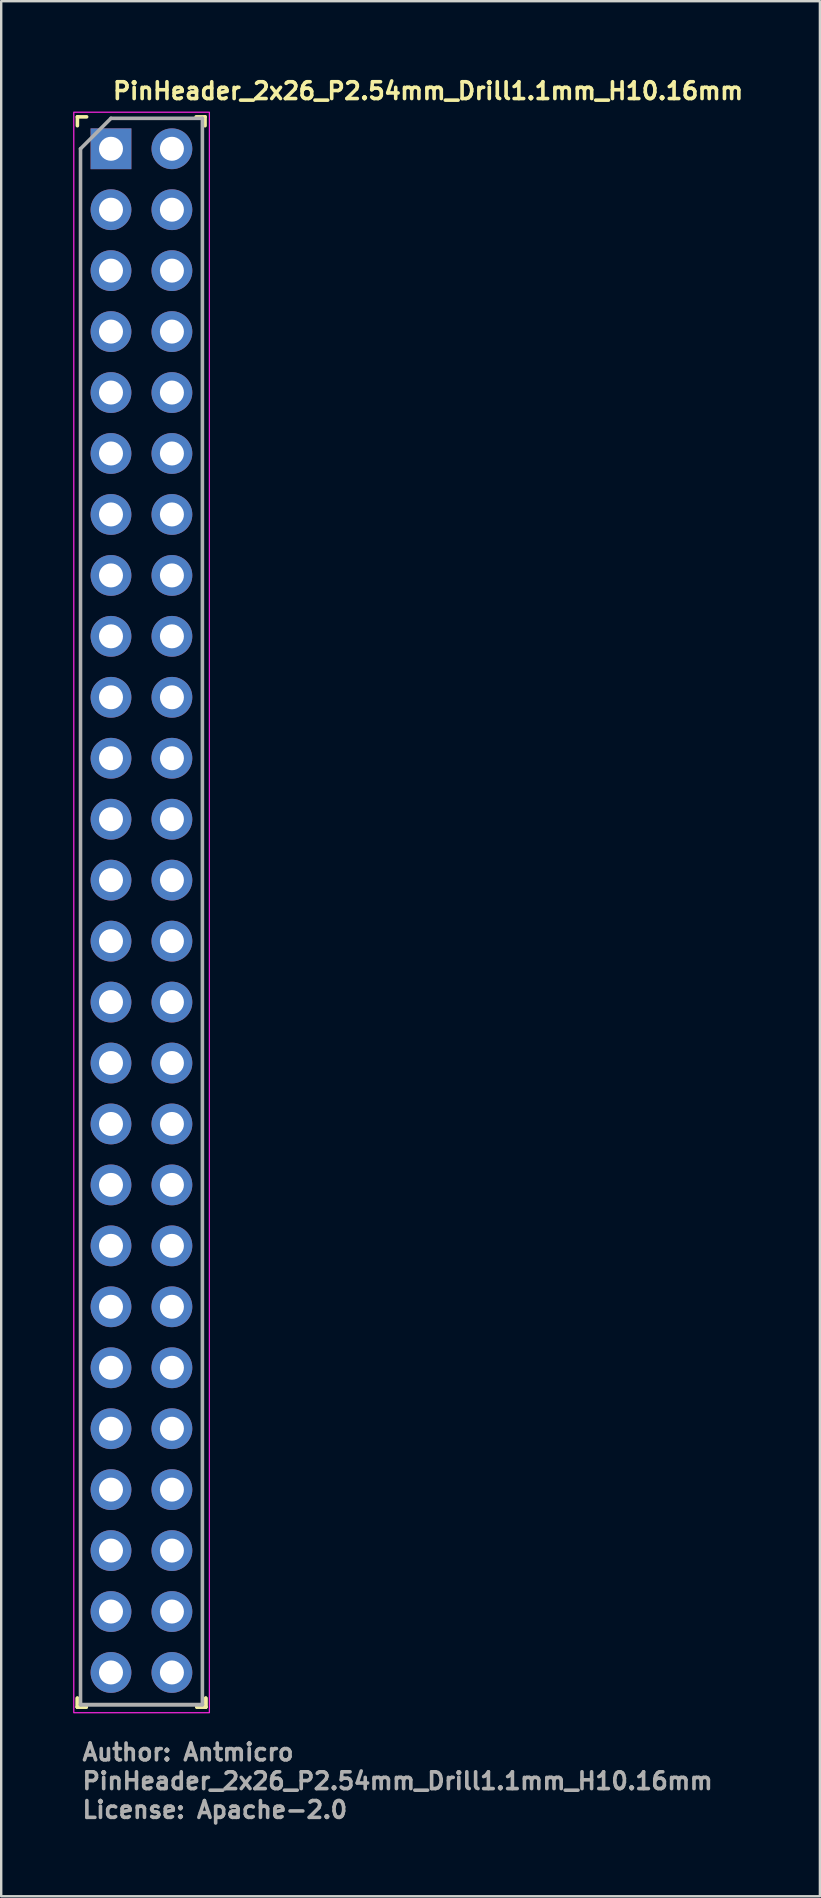
<source format=kicad_pcb>
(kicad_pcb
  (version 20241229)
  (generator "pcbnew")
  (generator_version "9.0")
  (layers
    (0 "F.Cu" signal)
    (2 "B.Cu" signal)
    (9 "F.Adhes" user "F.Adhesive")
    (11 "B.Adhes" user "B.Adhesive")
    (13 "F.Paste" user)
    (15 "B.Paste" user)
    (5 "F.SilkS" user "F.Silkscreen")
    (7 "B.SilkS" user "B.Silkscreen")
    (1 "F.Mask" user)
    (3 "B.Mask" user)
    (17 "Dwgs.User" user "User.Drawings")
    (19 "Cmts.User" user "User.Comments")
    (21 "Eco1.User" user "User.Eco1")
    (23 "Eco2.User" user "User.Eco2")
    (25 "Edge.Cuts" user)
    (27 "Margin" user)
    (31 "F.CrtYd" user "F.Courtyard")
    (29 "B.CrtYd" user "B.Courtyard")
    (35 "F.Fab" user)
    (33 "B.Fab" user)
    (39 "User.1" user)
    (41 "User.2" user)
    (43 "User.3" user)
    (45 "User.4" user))
  (footprint "PinHeader_2x26_P2.54mm_Drill1.1mm_H10.16mm"
    (layer "F.Cu")
    (at 1.575 3.15)
    (property "Reference" "PinHeader_2x26_P2.54mm_Drill1.1mm_H10.16mm" (at 0 -2 0) (layer "F.SilkS") (effects (font (size 0.7 0.7) (thickness 0.15)) (justify left bottom)))
    (attr through_hole)
    (fp_line (start -1.4 -1.331) (end -1.4 -0.961) (stroke (width 0.15) (type solid)) (layer "F.SilkS"))
    (fp_line (start -1.4 64.569) (end -1.4 64.939) (stroke (width 0.15) (type solid)) (layer "F.SilkS"))
    (fp_line (start -1.4 64.569) (end -1.4 64.939) (stroke (width 0.15) (type solid)) (layer "F.SilkS"))
    (fp_line (start -1.4 64.939) (end -1.03 64.939) (stroke (width 0.15) (type solid)) (layer "F.SilkS"))
    (fp_line (start -1.4 64.939) (end -1.03 64.939) (stroke (width 0.15) (type solid)) (layer "F.SilkS"))
    (fp_line (start -1.015 -1.331) (end -1.4 -1.331) (stroke (width 0.15) (type solid)) (layer "F.SilkS"))
    (fp_line (start 3.58 64.939) (end 3.95 64.939) (stroke (width 0.15) (type solid)) (layer "F.SilkS"))
    (fp_line (start 3.58 64.939) (end 3.95 64.939) (stroke (width 0.15) (type solid)) (layer "F.SilkS"))
    (fp_line (start 3.92 -1.331) (end 3.55 -1.331) (stroke (width 0.15) (type solid)) (layer "F.SilkS"))
    (fp_line (start 3.92 -0.961) (end 3.92 -1.331) (stroke (width 0.15) (type solid)) (layer "F.SilkS"))
    (fp_line (start 3.95 64.939) (end 3.95 64.569) (stroke (width 0.15) (type solid)) (layer "F.SilkS"))
    (fp_line (start 3.95 64.939) (end 3.95 64.569) (stroke (width 0.15) (type solid)) (layer "F.SilkS"))
    (fp_rect (start 4.1 -1.525) (end -1.55 65.175) (stroke (width 0.05) (type solid)) (fill no) (layer "F.CrtYd"))
    (fp_line (start -1.27 0) (end 0 -1.27) (stroke (width 0.15) (type solid)) (layer "F.Fab"))
    (fp_line (start -1.27 64.839) (end -1.27 0) (stroke (width 0.15) (type solid)) (layer "F.Fab"))
    (fp_line (start 0 -1.27) (end 3.809 -1.27) (stroke (width 0.15) (type solid)) (layer "F.Fab"))
    (fp_line (start 3.809 -1.27) (end 3.809 64.839) (stroke (width 0.15) (type solid)) (layer "F.Fab"))
    (fp_line (start 3.809 64.839) (end -1.27 64.839) (stroke (width 0.15) (type solid)) (layer "F.Fab"))
    (fp_line (start 3.809 64.839) (end -1.27 64.839) (stroke (width 0.15) (type solid)) (layer "F.Fab"))
    (fp_rect (start 3.81 -1.294) (end -1.269 -1.269) (stroke (width 0.1) (type solid)) (fill no) (layer "User.5"))
    (fp_line (start -1.269 -1.269) (end -1.269 1.047) (stroke (width 0.02) (type solid)) (layer "User.9"))
    (fp_line (start -1.269 -1.269) (end 3.81 -1.269) (stroke (width 0.02) (type solid)) (layer "User.9"))
    (fp_line (start -1.269 1.047) (end -1.044 1.27) (stroke (width 0.02) (type solid)) (layer "User.9"))
    (fp_line (start -1.269 1.047) (end 3.81 1.047) (stroke (width 0.02) (type solid)) (layer "User.9"))
    (fp_line (start -1.269 1.496) (end -1.269 3.586) (stroke (width 0.02) (type solid)) (layer "User.9"))
    (fp_line (start -1.269 1.496) (end -1.044 1.27) (stroke (width 0.02) (type solid)) (layer "User.9"))
    (fp_line (start -1.269 1.496) (end 3.81 1.496) (stroke (width 0.02) (type solid)) (layer "User.9"))
    (fp_line (start -1.269 3.586) (end -1.044 3.81) (stroke (width 0.02) (type solid)) (layer "User.9"))
    (fp_line (start -1.269 3.586) (end 3.81 3.586) (stroke (width 0.02) (type solid)) (layer "User.9"))
    (fp_line (start -1.269 4.036) (end -1.269 6.127) (stroke (width 0.02) (type solid)) (layer "User.9"))
    (fp_line (start -1.269 4.036) (end -1.044 3.81) (stroke (width 0.02) (type solid)) (layer "User.9"))
    (fp_line (start -1.269 4.036) (end 3.81 4.036) (stroke (width 0.02) (type solid)) (layer "User.9"))
    (fp_line (start -1.269 6.127) (end -1.044 6.351) (stroke (width 0.02) (type solid)) (layer "User.9"))
    (fp_line (start -1.269 6.127) (end 3.81 6.127) (stroke (width 0.02) (type solid)) (layer "User.9"))
    (fp_line (start -1.269 6.576) (end -1.269 8.667) (stroke (width 0.02) (type solid)) (layer "User.9"))
    (fp_line (start -1.269 6.576) (end -1.044 6.351) (stroke (width 0.02) (type solid)) (layer "User.9"))
    (fp_line (start -1.269 6.576) (end 3.81 6.576) (stroke (width 0.02) (type solid)) (layer "User.9"))
    (fp_line (start -1.269 8.667) (end -1.044 8.891) (stroke (width 0.02) (type solid)) (layer "User.9"))
    (fp_line (start -1.269 8.667) (end 3.81 8.667) (stroke (width 0.02) (type solid)) (layer "User.9"))
    (fp_line (start -1.269 9.116) (end -1.269 11.206) (stroke (width 0.02) (type solid)) (layer "User.9"))
    (fp_line (start -1.269 9.116) (end -1.044 8.891) (stroke (width 0.02) (type solid)) (layer "User.9"))
    (fp_line (start -1.269 9.116) (end 3.81 9.116) (stroke (width 0.02) (type solid)) (layer "User.9"))
    (fp_line (start -1.269 11.206) (end -1.044 11.43) (stroke (width 0.02) (type solid)) (layer "User.9"))
    (fp_line (start -1.269 11.206) (end 3.81 11.206) (stroke (width 0.02) (type solid)) (layer "User.9"))
    (fp_line (start -1.269 11.655) (end -1.269 13.747) (stroke (width 0.02) (type solid)) (layer "User.9"))
    (fp_line (start -1.269 11.655) (end -1.044 11.43) (stroke (width 0.02) (type solid)) (layer "User.9"))
    (fp_line (start -1.269 11.655) (end 3.81 11.655) (stroke (width 0.02) (type solid)) (layer "User.9"))
    (fp_line (start -1.269 13.747) (end -1.044 13.971) (stroke (width 0.02) (type solid)) (layer "User.9"))
    (fp_line (start -1.269 13.747) (end 3.81 13.747) (stroke (width 0.02) (type solid)) (layer "User.9"))
    (fp_line (start -1.269 14.195) (end -1.269 16.287) (stroke (width 0.02) (type solid)) (layer "User.9"))
    (fp_line (start -1.269 14.195) (end -1.044 13.971) (stroke (width 0.02) (type solid)) (layer "User.9"))
    (fp_line (start -1.269 14.195) (end 3.81 14.195) (stroke (width 0.02) (type solid)) (layer "User.9"))
    (fp_line (start -1.269 16.287) (end -1.044 16.511) (stroke (width 0.02) (type solid)) (layer "User.9"))
    (fp_line (start -1.269 16.287) (end 3.81 16.287) (stroke (width 0.02) (type solid)) (layer "User.9"))
    (fp_line (start -1.269 16.735) (end -1.269 18.827) (stroke (width 0.02) (type solid)) (layer "User.9"))
    (fp_line (start -1.269 16.735) (end -1.044 16.511) (stroke (width 0.02) (type solid)) (layer "User.9"))
    (fp_line (start -1.269 16.735) (end 3.81 16.735) (stroke (width 0.02) (type solid)) (layer "User.9"))
    (fp_line (start -1.269 18.827) (end -1.044 19.051) (stroke (width 0.02) (type solid)) (layer "User.9"))
    (fp_line (start -1.269 18.827) (end 3.81 18.827) (stroke (width 0.02) (type solid)) (layer "User.9"))
    (fp_line (start -1.269 19.276) (end -1.269 21.366) (stroke (width 0.02) (type solid)) (layer "User.9"))
    (fp_line (start -1.269 19.276) (end -1.044 19.051) (stroke (width 0.02) (type solid)) (layer "User.9"))
    (fp_line (start -1.269 19.276) (end 3.81 19.276) (stroke (width 0.02) (type solid)) (layer "User.9"))
    (fp_line (start -1.269 21.366) (end -1.044 21.59) (stroke (width 0.02) (type solid)) (layer "User.9"))
    (fp_line (start -1.269 21.366) (end 3.81 21.366) (stroke (width 0.02) (type solid)) (layer "User.9"))
    (fp_line (start -1.269 21.816) (end -1.269 23.906) (stroke (width 0.02) (type solid)) (layer "User.9"))
    (fp_line (start -1.269 21.816) (end -1.044 21.59) (stroke (width 0.02) (type solid)) (layer "User.9"))
    (fp_line (start -1.269 21.816) (end 3.81 21.816) (stroke (width 0.02) (type solid)) (layer "User.9"))
    (fp_line (start -1.269 23.906) (end -1.044 24.13) (stroke (width 0.02) (type solid)) (layer "User.9"))
    (fp_line (start -1.269 23.906) (end 3.81 23.906) (stroke (width 0.02) (type solid)) (layer "User.9"))
    (fp_line (start -1.269 24.355) (end -1.269 26.447) (stroke (width 0.02) (type solid)) (layer "User.9"))
    (fp_line (start -1.269 24.355) (end -1.044 24.13) (stroke (width 0.02) (type solid)) (layer "User.9"))
    (fp_line (start -1.269 24.355) (end 3.81 24.355) (stroke (width 0.02) (type solid)) (layer "User.9"))
    (fp_line (start -1.269 26.447) (end -1.044 26.671) (stroke (width 0.02) (type solid)) (layer "User.9"))
    (fp_line (start -1.269 26.447) (end 3.81 26.447) (stroke (width 0.02) (type solid)) (layer "User.9"))
    (fp_line (start -1.269 26.895) (end -1.269 28.987) (stroke (width 0.02) (type solid)) (layer "User.9"))
    (fp_line (start -1.269 26.895) (end -1.044 26.671) (stroke (width 0.02) (type solid)) (layer "User.9"))
    (fp_line (start -1.269 26.895) (end 3.81 26.895) (stroke (width 0.02) (type solid)) (layer "User.9"))
    (fp_line (start -1.269 28.987) (end -1.044 29.211) (stroke (width 0.02) (type solid)) (layer "User.9"))
    (fp_line (start -1.269 28.987) (end 3.81 28.987) (stroke (width 0.02) (type solid)) (layer "User.9"))
    (fp_line (start -1.269 29.436) (end -1.269 31.526) (stroke (width 0.02) (type solid)) (layer "User.9"))
    (fp_line (start -1.269 29.436) (end -1.044 29.211) (stroke (width 0.02) (type solid)) (layer "User.9"))
    (fp_line (start -1.269 29.436) (end 3.81 29.436) (stroke (width 0.02) (type solid)) (layer "User.9"))
    (fp_line (start -1.269 31.526) (end -1.044 31.75) (stroke (width 0.02) (type solid)) (layer "User.9"))
    (fp_line (start -1.269 31.526) (end 3.81 31.526) (stroke (width 0.02) (type solid)) (layer "User.9"))
    (fp_line (start -1.269 31.976) (end -1.269 34.067) (stroke (width 0.02) (type solid)) (layer "User.9"))
    (fp_line (start -1.269 31.976) (end -1.044 31.75) (stroke (width 0.02) (type solid)) (layer "User.9"))
    (fp_line (start -1.269 31.976) (end 3.81 31.976) (stroke (width 0.02) (type solid)) (layer "User.9"))
    (fp_line (start -1.269 34.067) (end -1.044 34.292) (stroke (width 0.02) (type solid)) (layer "User.9"))
    (fp_line (start -1.269 34.067) (end 3.81 34.067) (stroke (width 0.02) (type solid)) (layer "User.9"))
    (fp_line (start -1.269 34.515) (end -1.269 36.607) (stroke (width 0.02) (type solid)) (layer "User.9"))
    (fp_line (start -1.269 34.515) (end -1.044 34.292) (stroke (width 0.02) (type solid)) (layer "User.9"))
    (fp_line (start -1.269 34.515) (end 3.81 34.515) (stroke (width 0.02) (type solid)) (layer "User.9"))
    (fp_line (start -1.269 36.607) (end -1.044 36.832) (stroke (width 0.02) (type solid)) (layer "User.9"))
    (fp_line (start -1.269 36.607) (end 3.81 36.607) (stroke (width 0.02) (type solid)) (layer "User.9"))
    (fp_line (start -1.269 37.055) (end -1.269 39.146) (stroke (width 0.02) (type solid)) (layer "User.9"))
    (fp_line (start -1.269 37.055) (end -1.044 36.832) (stroke (width 0.02) (type solid)) (layer "User.9"))
    (fp_line (start -1.269 37.055) (end 3.81 37.055) (stroke (width 0.02) (type solid)) (layer "User.9"))
    (fp_line (start -1.269 39.146) (end -1.044 39.37) (stroke (width 0.02) (type solid)) (layer "User.9"))
    (fp_line (start -1.269 39.146) (end 3.81 39.146) (stroke (width 0.02) (type solid)) (layer "User.9"))
    (fp_line (start -1.269 39.595) (end -1.269 41.686) (stroke (width 0.02) (type solid)) (layer "User.9"))
    (fp_line (start -1.269 39.595) (end -1.044 39.37) (stroke (width 0.02) (type solid)) (layer "User.9"))
    (fp_line (start -1.269 39.595) (end 3.81 39.595) (stroke (width 0.02) (type solid)) (layer "User.9"))
    (fp_line (start -1.269 41.686) (end -1.044 41.911) (stroke (width 0.02) (type solid)) (layer "User.9"))
    (fp_line (start -1.269 41.686) (end 3.81 41.686) (stroke (width 0.02) (type solid)) (layer "User.9"))
    (fp_line (start -1.269 42.135) (end -1.269 44.226) (stroke (width 0.02) (type solid)) (layer "User.9"))
    (fp_line (start -1.269 42.135) (end -1.044 41.911) (stroke (width 0.02) (type solid)) (layer "User.9"))
    (fp_line (start -1.269 42.135) (end 3.81 42.135) (stroke (width 0.02) (type solid)) (layer "User.9"))
    (fp_line (start -1.269 44.226) (end -1.044 44.451) (stroke (width 0.02) (type solid)) (layer "User.9"))
    (fp_line (start -1.269 44.226) (end 3.81 44.226) (stroke (width 0.02) (type solid)) (layer "User.9"))
    (fp_line (start -1.269 44.676) (end -1.269 46.766) (stroke (width 0.02) (type solid)) (layer "User.9"))
    (fp_line (start -1.269 44.676) (end -1.044 44.451) (stroke (width 0.02) (type solid)) (layer "User.9"))
    (fp_line (start -1.269 44.676) (end 3.81 44.676) (stroke (width 0.02) (type solid)) (layer "User.9"))
    (fp_line (start -1.269 46.766) (end -1.044 46.991) (stroke (width 0.02) (type solid)) (layer "User.9"))
    (fp_line (start -1.269 46.766) (end 3.81 46.766) (stroke (width 0.02) (type solid)) (layer "User.9"))
    (fp_line (start -1.269 47.216) (end -1.269 64.77) (stroke (width 0.02) (type solid)) (layer "User.9"))
    (fp_line (start -1.269 47.216) (end -1.044 46.991) (stroke (width 0.02) (type solid)) (layer "User.9"))
    (fp_line (start -1.269 47.216) (end 3.81 47.216) (stroke (width 0.02) (type solid)) (layer "User.9"))
    (fp_line (start -1.269 49.306) (end -1.044 49.531) (stroke (width 0.02) (type solid)) (layer "User.9"))
    (fp_line (start -1.269 49.306) (end 3.81 49.306) (stroke (width 0.02) (type solid)) (layer "User.9"))
    (fp_line (start -1.269 49.531) (end 3.81 49.531) (stroke (width 0.02) (type solid)) (layer "User.9"))
    (fp_line (start -1.269 49.754) (end -1.269 51.846) (stroke (width 0.02) (type solid)) (layer "User.9"))
    (fp_line (start -1.269 49.754) (end -1.044 49.531) (stroke (width 0.02) (type solid)) (layer "User.9"))
    (fp_line (start -1.269 49.754) (end 3.81 49.754) (stroke (width 0.02) (type solid)) (layer "User.9"))
    (fp_line (start -1.269 51.846) (end -1.044 52.071) (stroke (width 0.02) (type solid)) (layer "User.9"))
    (fp_line (start -1.269 51.846) (end 3.81 51.846) (stroke (width 0.02) (type solid)) (layer "User.9"))
    (fp_line (start -1.269 52.294) (end -1.269 54.385) (stroke (width 0.02) (type solid)) (layer "User.9"))
    (fp_line (start -1.269 52.294) (end -1.044 52.071) (stroke (width 0.02) (type solid)) (layer "User.9"))
    (fp_line (start -1.269 52.294) (end 3.81 52.294) (stroke (width 0.02) (type solid)) (layer "User.9"))
    (fp_line (start -1.269 54.385) (end -1.044 54.609) (stroke (width 0.02) (type solid)) (layer "User.9"))
    (fp_line (start -1.269 54.385) (end 3.81 54.385) (stroke (width 0.02) (type solid)) (layer "User.9"))
    (fp_line (start -1.269 54.834) (end -1.269 56.925) (stroke (width 0.02) (type solid)) (layer "User.9"))
    (fp_line (start -1.269 54.834) (end -1.044 54.609) (stroke (width 0.02) (type solid)) (layer "User.9"))
    (fp_line (start -1.269 54.834) (end 3.81 54.834) (stroke (width 0.02) (type solid)) (layer "User.9"))
    (fp_line (start -1.269 56.925) (end -1.044 57.15) (stroke (width 0.02) (type solid)) (layer "User.9"))
    (fp_line (start -1.269 56.925) (end 3.81 56.925) (stroke (width 0.02) (type solid)) (layer "User.9"))
    (fp_line (start -1.269 57.374) (end -1.269 59.465) (stroke (width 0.02) (type solid)) (layer "User.9"))
    (fp_line (start -1.269 57.374) (end -1.044 57.15) (stroke (width 0.02) (type solid)) (layer "User.9"))
    (fp_line (start -1.269 57.374) (end 3.81 57.374) (stroke (width 0.02) (type solid)) (layer "User.9"))
    (fp_line (start -1.269 59.465) (end -1.044 59.69) (stroke (width 0.02) (type solid)) (layer "User.9"))
    (fp_line (start -1.269 59.465) (end 3.81 59.465) (stroke (width 0.02) (type solid)) (layer "User.9"))
    (fp_line (start -1.269 59.915) (end -1.269 62.005) (stroke (width 0.02) (type solid)) (layer "User.9"))
    (fp_line (start -1.269 59.915) (end -1.044 59.69) (stroke (width 0.02) (type solid)) (layer "User.9"))
    (fp_line (start -1.269 59.915) (end 3.81 59.915) (stroke (width 0.02) (type solid)) (layer "User.9"))
    (fp_line (start -1.269 62.005) (end -1.044 62.23) (stroke (width 0.02) (type solid)) (layer "User.9"))
    (fp_line (start -1.269 62.005) (end 3.81 62.005) (stroke (width 0.02) (type solid)) (layer "User.9"))
    (fp_line (start -1.269 62.455) (end -1.269 64.77) (stroke (width 0.02) (type solid)) (layer "User.9"))
    (fp_line (start -1.269 62.455) (end -1.044 62.23) (stroke (width 0.02) (type solid)) (layer "User.9"))
    (fp_line (start -1.269 62.455) (end 3.81 62.455) (stroke (width 0.02) (type solid)) (layer "User.9"))
    (fp_line (start -1.269 64.77) (end 3.81 64.77) (stroke (width 0.02) (type solid)) (layer "User.9"))
    (fp_line (start -1.044 1.27) (end 3.586 1.27) (stroke (width 0.02) (type solid)) (layer "User.9"))
    (fp_line (start -1.044 3.81) (end 3.586 3.81) (stroke (width 0.02) (type solid)) (layer "User.9"))
    (fp_line (start -1.044 6.351) (end 3.586 6.351) (stroke (width 0.02) (type solid)) (layer "User.9"))
    (fp_line (start -1.044 8.891) (end 3.586 8.891) (stroke (width 0.02) (type solid)) (layer "User.9"))
    (fp_line (start -1.044 11.43) (end 3.586 11.43) (stroke (width 0.02) (type solid)) (layer "User.9"))
    (fp_line (start -1.044 13.971) (end 3.586 13.971) (stroke (width 0.02) (type solid)) (layer "User.9"))
    (fp_line (start -1.044 16.511) (end 3.586 16.511) (stroke (width 0.02) (type solid)) (layer "User.9"))
    (fp_line (start -1.044 19.051) (end 3.586 19.051) (stroke (width 0.02) (type solid)) (layer "User.9"))
    (fp_line (start -1.044 21.59) (end 3.586 21.59) (stroke (width 0.02) (type solid)) (layer "User.9"))
    (fp_line (start -1.044 24.13) (end 3.586 24.13) (stroke (width 0.02) (type solid)) (layer "User.9"))
    (fp_line (start -1.044 26.671) (end 3.586 26.671) (stroke (width 0.02) (type solid)) (layer "User.9"))
    (fp_line (start -1.044 29.211) (end 3.586 29.211) (stroke (width 0.02) (type solid)) (layer "User.9"))
    (fp_line (start -1.044 31.75) (end 3.586 31.75) (stroke (width 0.02) (type solid)) (layer "User.9"))
    (fp_line (start -1.044 34.292) (end 3.586 34.292) (stroke (width 0.02) (type solid)) (layer "User.9"))
    (fp_line (start -1.044 36.832) (end 3.586 36.832) (stroke (width 0.02) (type solid)) (layer "User.9"))
    (fp_line (start -1.044 39.37) (end 3.586 39.37) (stroke (width 0.02) (type solid)) (layer "User.9"))
    (fp_line (start -1.044 41.911) (end 3.586 41.911) (stroke (width 0.02) (type solid)) (layer "User.9"))
    (fp_line (start -1.044 44.451) (end 3.586 44.451) (stroke (width 0.02) (type solid)) (layer "User.9"))
    (fp_line (start -1.044 46.991) (end 3.586 46.991) (stroke (width 0.02) (type solid)) (layer "User.9"))
    (fp_line (start -1.044 49.531) (end 3.586 49.531) (stroke (width 0.02) (type solid)) (layer "User.9"))
    (fp_line (start -1.044 52.071) (end 3.586 52.071) (stroke (width 0.02) (type solid)) (layer "User.9"))
    (fp_line (start -1.044 54.609) (end 3.586 54.609) (stroke (width 0.02) (type solid)) (layer "User.9"))
    (fp_line (start -1.044 57.15) (end 3.586 57.15) (stroke (width 0.02) (type solid)) (layer "User.9"))
    (fp_line (start -1.044 59.69) (end 3.586 59.69) (stroke (width 0.02) (type solid)) (layer "User.9"))
    (fp_line (start -1.044 62.23) (end 3.586 62.23) (stroke (width 0.02) (type solid)) (layer "User.9"))
    (fp_line (start -0.32 -0.32) (end -0.32 0.32) (stroke (width 0.02) (type solid)) (layer "User.9"))
    (fp_line (start -0.32 -0.32) (end -0.064 -0.064) (stroke (width 0.02) (type solid)) (layer "User.9"))
    (fp_line (start -0.32 -0.32) (end 0.32 -0.32) (stroke (width 0.02) (type solid)) (layer "User.9"))
    (fp_line (start -0.32 0.32) (end -0.064 0.064) (stroke (width 0.02) (type solid)) (layer "User.9"))
    (fp_line (start -0.32 0.32) (end 0.32 0.32) (stroke (width 0.02) (type solid)) (layer "User.9"))
    (fp_line (start -0.32 2.222) (end -0.32 2.86) (stroke (width 0.02) (type solid)) (layer "User.9"))
    (fp_line (start -0.32 2.222) (end -0.064 2.476) (stroke (width 0.02) (type solid)) (layer "User.9"))
    (fp_line (start -0.32 2.222) (end 0.32 2.222) (stroke (width 0.02) (type solid)) (layer "User.9"))
    (fp_line (start -0.32 2.86) (end -0.064 2.605) (stroke (width 0.02) (type solid)) (layer "User.9"))
    (fp_line (start -0.32 2.86) (end 0.32 2.86) (stroke (width 0.02) (type solid)) (layer "User.9"))
    (fp_line (start -0.32 4.76) (end -0.32 5.401) (stroke (width 0.02) (type solid)) (layer "User.9"))
    (fp_line (start -0.32 4.76) (end -0.064 5.016) (stroke (width 0.02) (type solid)) (layer "User.9"))
    (fp_line (start -0.32 4.76) (end 0.32 4.76) (stroke (width 0.02) (type solid)) (layer "User.9"))
    (fp_line (start -0.32 5.401) (end -0.064 5.146) (stroke (width 0.02) (type solid)) (layer "User.9"))
    (fp_line (start -0.32 5.401) (end 0.32 5.401) (stroke (width 0.02) (type solid)) (layer "User.9"))
    (fp_line (start -0.32 7.3) (end -0.32 7.941) (stroke (width 0.02) (type solid)) (layer "User.9"))
    (fp_line (start -0.32 7.3) (end -0.064 7.556) (stroke (width 0.02) (type solid)) (layer "User.9"))
    (fp_line (start -0.32 7.3) (end 0.32 7.3) (stroke (width 0.02) (type solid)) (layer "User.9"))
    (fp_line (start -0.32 7.941) (end -0.064 7.686) (stroke (width 0.02) (type solid)) (layer "User.9"))
    (fp_line (start -0.32 7.941) (end 0.32 7.941) (stroke (width 0.02) (type solid)) (layer "User.9"))
    (fp_line (start -0.32 9.84) (end -0.32 10.481) (stroke (width 0.02) (type solid)) (layer "User.9"))
    (fp_line (start -0.32 9.84) (end -0.064 10.096) (stroke (width 0.02) (type solid)) (layer "User.9"))
    (fp_line (start -0.32 9.84) (end 0.32 9.84) (stroke (width 0.02) (type solid)) (layer "User.9"))
    (fp_line (start -0.32 10.481) (end -0.064 10.224) (stroke (width 0.02) (type solid)) (layer "User.9"))
    (fp_line (start -0.32 10.481) (end 0.32 10.481) (stroke (width 0.02) (type solid)) (layer "User.9"))
    (fp_line (start -0.32 12.381) (end -0.32 13.02) (stroke (width 0.02) (type solid)) (layer "User.9"))
    (fp_line (start -0.32 12.381) (end -0.064 12.637) (stroke (width 0.02) (type solid)) (layer "User.9"))
    (fp_line (start -0.32 12.381) (end 0.32 12.381) (stroke (width 0.02) (type solid)) (layer "User.9"))
    (fp_line (start -0.32 13.02) (end -0.064 12.765) (stroke (width 0.02) (type solid)) (layer "User.9"))
    (fp_line (start -0.32 13.02) (end 0.32 13.02) (stroke (width 0.02) (type solid)) (layer "User.9"))
    (fp_line (start -0.32 14.92) (end -0.32 15.561) (stroke (width 0.02) (type solid)) (layer "User.9"))
    (fp_line (start -0.32 14.92) (end -0.064 15.176) (stroke (width 0.02) (type solid)) (layer "User.9"))
    (fp_line (start -0.32 14.92) (end 0.32 14.92) (stroke (width 0.02) (type solid)) (layer "User.9"))
    (fp_line (start -0.32 15.561) (end -0.064 15.304) (stroke (width 0.02) (type solid)) (layer "User.9"))
    (fp_line (start -0.32 15.561) (end 0.32 15.561) (stroke (width 0.02) (type solid)) (layer "User.9"))
    (fp_line (start -0.32 17.461) (end -0.32 18.101) (stroke (width 0.02) (type solid)) (layer "User.9"))
    (fp_line (start -0.32 17.461) (end -0.064 17.717) (stroke (width 0.02) (type solid)) (layer "User.9"))
    (fp_line (start -0.32 17.461) (end 0.32 17.461) (stroke (width 0.02) (type solid)) (layer "User.9"))
    (fp_line (start -0.32 18.101) (end -0.064 17.845) (stroke (width 0.02) (type solid)) (layer "User.9"))
    (fp_line (start -0.32 18.101) (end 0.32 18.101) (stroke (width 0.02) (type solid)) (layer "User.9"))
    (fp_line (start -0.32 20) (end -0.32 20.641) (stroke (width 0.02) (type solid)) (layer "User.9"))
    (fp_line (start -0.32 20) (end -0.064 20.258) (stroke (width 0.02) (type solid)) (layer "User.9"))
    (fp_line (start -0.32 20) (end 0.32 20) (stroke (width 0.02) (type solid)) (layer "User.9"))
    (fp_line (start -0.32 20.641) (end -0.064 20.386) (stroke (width 0.02) (type solid)) (layer "User.9"))
    (fp_line (start -0.32 20.641) (end 0.32 20.641) (stroke (width 0.02) (type solid)) (layer "User.9"))
    (fp_line (start -0.32 22.541) (end -0.32 23.18) (stroke (width 0.02) (type solid)) (layer "User.9"))
    (fp_line (start -0.32 22.541) (end -0.064 22.796) (stroke (width 0.02) (type solid)) (layer "User.9"))
    (fp_line (start -0.32 22.541) (end 0.32 22.541) (stroke (width 0.02) (type solid)) (layer "User.9"))
    (fp_line (start -0.32 23.18) (end -0.064 22.924) (stroke (width 0.02) (type solid)) (layer "User.9"))
    (fp_line (start -0.32 23.18) (end 0.32 23.18) (stroke (width 0.02) (type solid)) (layer "User.9"))
    (fp_line (start -0.32 25.081) (end -0.32 25.72) (stroke (width 0.02) (type solid)) (layer "User.9"))
    (fp_line (start -0.32 25.081) (end -0.064 25.337) (stroke (width 0.02) (type solid)) (layer "User.9"))
    (fp_line (start -0.32 25.081) (end 0.32 25.081) (stroke (width 0.02) (type solid)) (layer "User.9"))
    (fp_line (start -0.32 25.72) (end -0.064 25.465) (stroke (width 0.02) (type solid)) (layer "User.9"))
    (fp_line (start -0.32 25.72) (end 0.32 25.72) (stroke (width 0.02) (type solid)) (layer "User.9"))
    (fp_line (start -0.32 27.622) (end -0.32 28.261) (stroke (width 0.02) (type solid)) (layer "User.9"))
    (fp_line (start -0.32 27.622) (end -0.064 27.877) (stroke (width 0.02) (type solid)) (layer "User.9"))
    (fp_line (start -0.32 27.622) (end 0.32 27.622) (stroke (width 0.02) (type solid)) (layer "User.9"))
    (fp_line (start -0.32 28.261) (end -0.064 28.005) (stroke (width 0.02) (type solid)) (layer "User.9"))
    (fp_line (start -0.32 28.261) (end 0.32 28.261) (stroke (width 0.02) (type solid)) (layer "User.9"))
    (fp_line (start -0.32 30.16) (end -0.32 30.801) (stroke (width 0.02) (type solid)) (layer "User.9"))
    (fp_line (start -0.32 30.16) (end -0.064 30.416) (stroke (width 0.02) (type solid)) (layer "User.9"))
    (fp_line (start -0.32 30.16) (end 0.32 30.16) (stroke (width 0.02) (type solid)) (layer "User.9"))
    (fp_line (start -0.32 30.801) (end -0.064 30.546) (stroke (width 0.02) (type solid)) (layer "User.9"))
    (fp_line (start -0.32 30.801) (end 0.32 30.801) (stroke (width 0.02) (type solid)) (layer "User.9"))
    (fp_line (start -0.32 32.701) (end -0.32 33.342) (stroke (width 0.02) (type solid)) (layer "User.9"))
    (fp_line (start -0.32 32.701) (end -0.064 32.958) (stroke (width 0.02) (type solid)) (layer "User.9"))
    (fp_line (start -0.32 32.701) (end 0.32 32.701) (stroke (width 0.02) (type solid)) (layer "User.9"))
    (fp_line (start -0.32 33.342) (end -0.064 33.086) (stroke (width 0.02) (type solid)) (layer "User.9"))
    (fp_line (start -0.32 33.342) (end 0.32 33.342) (stroke (width 0.02) (type solid)) (layer "User.9"))
    (fp_line (start -0.32 35.241) (end -0.32 35.881) (stroke (width 0.02) (type solid)) (layer "User.9"))
    (fp_line (start -0.32 35.241) (end -0.064 35.497) (stroke (width 0.02) (type solid)) (layer "User.9"))
    (fp_line (start -0.32 35.241) (end 0.32 35.241) (stroke (width 0.02) (type solid)) (layer "User.9"))
    (fp_line (start -0.32 35.881) (end -0.064 35.625) (stroke (width 0.02) (type solid)) (layer "User.9"))
    (fp_line (start -0.32 35.881) (end 0.32 35.881) (stroke (width 0.02) (type solid)) (layer "User.9"))
    (fp_line (start -0.32 37.781) (end -0.32 38.421) (stroke (width 0.02) (type solid)) (layer "User.9"))
    (fp_line (start -0.32 37.781) (end -0.064 38.037) (stroke (width 0.02) (type solid)) (layer "User.9"))
    (fp_line (start -0.32 37.781) (end 0.32 37.781) (stroke (width 0.02) (type solid)) (layer "User.9"))
    (fp_line (start -0.32 38.421) (end -0.064 38.165) (stroke (width 0.02) (type solid)) (layer "User.9"))
    (fp_line (start -0.32 38.421) (end 0.32 38.421) (stroke (width 0.02) (type solid)) (layer "User.9"))
    (fp_line (start -0.32 40.32) (end -0.32 40.96) (stroke (width 0.02) (type solid)) (layer "User.9"))
    (fp_line (start -0.32 40.32) (end -0.064 40.576) (stroke (width 0.02) (type solid)) (layer "User.9"))
    (fp_line (start -0.32 40.32) (end 0.32 40.32) (stroke (width 0.02) (type solid)) (layer "User.9"))
    (fp_line (start -0.32 40.96) (end -0.064 40.704) (stroke (width 0.02) (type solid)) (layer "User.9"))
    (fp_line (start -0.32 40.96) (end 0.32 40.96) (stroke (width 0.02) (type solid)) (layer "User.9"))
    (fp_line (start -0.32 42.862) (end -0.32 43.5) (stroke (width 0.02) (type solid)) (layer "User.9"))
    (fp_line (start -0.32 42.862) (end -0.064 43.118) (stroke (width 0.02) (type solid)) (layer "User.9"))
    (fp_line (start -0.32 42.862) (end 0.32 42.862) (stroke (width 0.02) (type solid)) (layer "User.9"))
    (fp_line (start -0.32 43.5) (end -0.064 43.244) (stroke (width 0.02) (type solid)) (layer "User.9"))
    (fp_line (start -0.32 43.5) (end 0.32 43.5) (stroke (width 0.02) (type solid)) (layer "User.9"))
    (fp_line (start -0.32 45.402) (end -0.32 46.042) (stroke (width 0.02) (type solid)) (layer "User.9"))
    (fp_line (start -0.32 45.402) (end -0.064 45.656) (stroke (width 0.02) (type solid)) (layer "User.9"))
    (fp_line (start -0.32 45.402) (end 0.32 45.402) (stroke (width 0.02) (type solid)) (layer "User.9"))
    (fp_line (start -0.32 46.042) (end -0.064 45.784) (stroke (width 0.02) (type solid)) (layer "User.9"))
    (fp_line (start -0.32 46.042) (end 0.32 46.042) (stroke (width 0.02) (type solid)) (layer "User.9"))
    (fp_line (start -0.32 47.94) (end -0.32 48.582) (stroke (width 0.02) (type solid)) (layer "User.9"))
    (fp_line (start -0.32 47.94) (end -0.064 48.196) (stroke (width 0.02) (type solid)) (layer "User.9"))
    (fp_line (start -0.32 47.94) (end 0.32 47.94) (stroke (width 0.02) (type solid)) (layer "User.9"))
    (fp_line (start -0.32 48.582) (end -0.064 48.326) (stroke (width 0.02) (type solid)) (layer "User.9"))
    (fp_line (start -0.32 48.582) (end 0.32 48.582) (stroke (width 0.02) (type solid)) (layer "User.9"))
    (fp_line (start -0.32 50.48) (end -0.32 51.12) (stroke (width 0.02) (type solid)) (layer "User.9"))
    (fp_line (start -0.32 50.48) (end -0.064 50.736) (stroke (width 0.02) (type solid)) (layer "User.9"))
    (fp_line (start -0.32 50.48) (end 0.32 50.48) (stroke (width 0.02) (type solid)) (layer "User.9"))
    (fp_line (start -0.32 51.12) (end -0.064 50.864) (stroke (width 0.02) (type solid)) (layer "User.9"))
    (fp_line (start -0.32 51.12) (end 0.32 51.12) (stroke (width 0.02) (type solid)) (layer "User.9"))
    (fp_line (start -0.32 53.02) (end -0.32 53.66) (stroke (width 0.02) (type solid)) (layer "User.9"))
    (fp_line (start -0.32 53.02) (end -0.064 53.276) (stroke (width 0.02) (type solid)) (layer "User.9"))
    (fp_line (start -0.32 53.02) (end 0.32 53.02) (stroke (width 0.02) (type solid)) (layer "User.9"))
    (fp_line (start -0.32 53.66) (end -0.064 53.404) (stroke (width 0.02) (type solid)) (layer "User.9"))
    (fp_line (start -0.32 53.66) (end 0.32 53.66) (stroke (width 0.02) (type solid)) (layer "User.9"))
    (fp_line (start -0.32 55.559) (end -0.32 56.199) (stroke (width 0.02) (type solid)) (layer "User.9"))
    (fp_line (start -0.32 55.559) (end -0.064 55.815) (stroke (width 0.02) (type solid)) (layer "User.9"))
    (fp_line (start -0.32 55.559) (end 0.32 55.559) (stroke (width 0.02) (type solid)) (layer "User.9"))
    (fp_line (start -0.32 56.199) (end -0.064 55.943) (stroke (width 0.02) (type solid)) (layer "User.9"))
    (fp_line (start -0.32 56.199) (end 0.32 56.199) (stroke (width 0.02) (type solid)) (layer "User.9"))
    (fp_line (start -0.32 58.101) (end -0.32 58.739) (stroke (width 0.02) (type solid)) (layer "User.9"))
    (fp_line (start -0.32 58.101) (end -0.064 58.357) (stroke (width 0.02) (type solid)) (layer "User.9"))
    (fp_line (start -0.32 58.101) (end 0.32 58.101) (stroke (width 0.02) (type solid)) (layer "User.9"))
    (fp_line (start -0.32 58.739) (end -0.064 58.483) (stroke (width 0.02) (type solid)) (layer "User.9"))
    (fp_line (start -0.32 58.739) (end 0.32 58.739) (stroke (width 0.02) (type solid)) (layer "User.9"))
    (fp_line (start -0.32 60.641) (end -0.32 61.281) (stroke (width 0.02) (type solid)) (layer "User.9"))
    (fp_line (start -0.32 60.641) (end -0.064 60.895) (stroke (width 0.02) (type solid)) (layer "User.9"))
    (fp_line (start -0.32 60.641) (end 0.32 60.641) (stroke (width 0.02) (type solid)) (layer "User.9"))
    (fp_line (start -0.32 61.281) (end -0.064 61.023) (stroke (width 0.02) (type solid)) (layer "User.9"))
    (fp_line (start -0.32 61.281) (end 0.32 61.281) (stroke (width 0.02) (type solid)) (layer "User.9"))
    (fp_line (start -0.32 63.179) (end -0.32 63.821) (stroke (width 0.02) (type solid)) (layer "User.9"))
    (fp_line (start -0.32 63.179) (end -0.064 63.435) (stroke (width 0.02) (type solid)) (layer "User.9"))
    (fp_line (start -0.32 63.179) (end 0.32 63.179) (stroke (width 0.02) (type solid)) (layer "User.9"))
    (fp_line (start -0.32 63.821) (end -0.064 63.565) (stroke (width 0.02) (type solid)) (layer "User.9"))
    (fp_line (start -0.32 63.821) (end 0.32 63.821) (stroke (width 0.02) (type solid)) (layer "User.9"))
    (fp_line (start -0.064 -0.064) (end -0.064 0.064) (stroke (width 0.02) (type solid)) (layer "User.9"))
    (fp_line (start -0.064 -0.064) (end 0.064 -0.064) (stroke (width 0.02) (type solid)) (layer "User.9"))
    (fp_line (start -0.064 0.064) (end 0.064 0.064) (stroke (width 0.02) (type solid)) (layer "User.9"))
    (fp_line (start -0.064 2.476) (end -0.064 2.605) (stroke (width 0.02) (type solid)) (layer "User.9"))
    (fp_line (start -0.064 2.476) (end 0.064 2.476) (stroke (width 0.02) (type solid)) (layer "User.9"))
    (fp_line (start -0.064 2.605) (end 0.064 2.605) (stroke (width 0.02) (type solid)) (layer "User.9"))
    (fp_line (start -0.064 5.016) (end -0.064 5.146) (stroke (width 0.02) (type solid)) (layer "User.9"))
    (fp_line (start -0.064 5.016) (end 0.064 5.016) (stroke (width 0.02) (type solid)) (layer "User.9"))
    (fp_line (start -0.064 5.146) (end 0.064 5.146) (stroke (width 0.02) (type solid)) (layer "User.9"))
    (fp_line (start -0.064 7.556) (end -0.064 7.686) (stroke (width 0.02) (type solid)) (layer "User.9"))
    (fp_line (start -0.064 7.556) (end 0.064 7.556) (stroke (width 0.02) (type solid)) (layer "User.9"))
    (fp_line (start -0.064 7.686) (end 0.064 7.686) (stroke (width 0.02) (type solid)) (layer "User.9"))
    (fp_line (start -0.064 10.096) (end -0.064 10.224) (stroke (width 0.02) (type solid)) (layer "User.9"))
    (fp_line (start -0.064 10.096) (end 0.064 10.096) (stroke (width 0.02) (type solid)) (layer "User.9"))
    (fp_line (start -0.064 10.224) (end 0.064 10.224) (stroke (width 0.02) (type solid)) (layer "User.9"))
    (fp_line (start -0.064 12.637) (end -0.064 12.765) (stroke (width 0.02) (type solid)) (layer "User.9"))
    (fp_line (start -0.064 12.637) (end 0.064 12.637) (stroke (width 0.02) (type solid)) (layer "User.9"))
    (fp_line (start -0.064 12.765) (end 0.064 12.765) (stroke (width 0.02) (type solid)) (layer "User.9"))
    (fp_line (start -0.064 15.176) (end -0.064 15.304) (stroke (width 0.02) (type solid)) (layer "User.9"))
    (fp_line (start -0.064 15.176) (end 0.064 15.176) (stroke (width 0.02) (type solid)) (layer "User.9"))
    (fp_line (start -0.064 15.304) (end 0.064 15.304) (stroke (width 0.02) (type solid)) (layer "User.9"))
    (fp_line (start -0.064 17.717) (end -0.064 17.845) (stroke (width 0.02) (type solid)) (layer "User.9"))
    (fp_line (start -0.064 17.717) (end 0.064 17.717) (stroke (width 0.02) (type solid)) (layer "User.9"))
    (fp_line (start -0.064 17.845) (end 0.064 17.845) (stroke (width 0.02) (type solid)) (layer "User.9"))
    (fp_line (start -0.064 20.258) (end -0.064 20.386) (stroke (width 0.02) (type solid)) (layer "User.9"))
    (fp_line (start -0.064 20.258) (end 0.064 20.258) (stroke (width 0.02) (type solid)) (layer "User.9"))
    (fp_line (start -0.064 20.386) (end 0.064 20.386) (stroke (width 0.02) (type solid)) (layer "User.9"))
    (fp_line (start -0.064 22.796) (end -0.064 22.924) (stroke (width 0.02) (type solid)) (layer "User.9"))
    (fp_line (start -0.064 22.796) (end 0.064 22.796) (stroke (width 0.02) (type solid)) (layer "User.9"))
    (fp_line (start -0.064 22.924) (end 0.064 22.924) (stroke (width 0.02) (type solid)) (layer "User.9"))
    (fp_line (start -0.064 25.337) (end -0.064 25.465) (stroke (width 0.02) (type solid)) (layer "User.9"))
    (fp_line (start -0.064 25.337) (end 0.064 25.337) (stroke (width 0.02) (type solid)) (layer "User.9"))
    (fp_line (start -0.064 25.465) (end 0.064 25.465) (stroke (width 0.02) (type solid)) (layer "User.9"))
    (fp_line (start -0.064 27.877) (end -0.064 28.005) (stroke (width 0.02) (type solid)) (layer "User.9"))
    (fp_line (start -0.064 27.877) (end 0.064 27.877) (stroke (width 0.02) (type solid)) (layer "User.9"))
    (fp_line (start -0.064 28.005) (end 0.064 28.005) (stroke (width 0.02) (type solid)) (layer "User.9"))
    (fp_line (start -0.064 30.416) (end -0.064 30.546) (stroke (width 0.02) (type solid)) (layer "User.9"))
    (fp_line (start -0.064 30.416) (end 0.064 30.416) (stroke (width 0.02) (type solid)) (layer "User.9"))
    (fp_line (start -0.064 30.546) (end 0.064 30.546) (stroke (width 0.02) (type solid)) (layer "User.9"))
    (fp_line (start -0.064 32.958) (end -0.064 33.086) (stroke (width 0.02) (type solid)) (layer "User.9"))
    (fp_line (start -0.064 32.958) (end 0.064 32.958) (stroke (width 0.02) (type solid)) (layer "User.9"))
    (fp_line (start -0.064 33.086) (end 0.064 33.086) (stroke (width 0.02) (type solid)) (layer "User.9"))
    (fp_line (start -0.064 35.497) (end -0.064 35.625) (stroke (width 0.02) (type solid)) (layer "User.9"))
    (fp_line (start -0.064 35.497) (end 0.064 35.497) (stroke (width 0.02) (type solid)) (layer "User.9"))
    (fp_line (start -0.064 35.625) (end 0.064 35.625) (stroke (width 0.02) (type solid)) (layer "User.9"))
    (fp_line (start -0.064 38.037) (end -0.064 38.165) (stroke (width 0.02) (type solid)) (layer "User.9"))
    (fp_line (start -0.064 38.037) (end 0.064 38.037) (stroke (width 0.02) (type solid)) (layer "User.9"))
    (fp_line (start -0.064 38.165) (end 0.064 38.165) (stroke (width 0.02) (type solid)) (layer "User.9"))
    (fp_line (start -0.064 40.576) (end -0.064 40.704) (stroke (width 0.02) (type solid)) (layer "User.9"))
    (fp_line (start -0.064 40.576) (end 0.064 40.576) (stroke (width 0.02) (type solid)) (layer "User.9"))
    (fp_line (start -0.064 40.704) (end 0.064 40.704) (stroke (width 0.02) (type solid)) (layer "User.9"))
    (fp_line (start -0.064 43.118) (end -0.064 43.244) (stroke (width 0.02) (type solid)) (layer "User.9"))
    (fp_line (start -0.064 43.118) (end 0.064 43.118) (stroke (width 0.02) (type solid)) (layer "User.9"))
    (fp_line (start -0.064 43.244) (end 0.064 43.244) (stroke (width 0.02) (type solid)) (layer "User.9"))
    (fp_line (start -0.064 45.656) (end -0.064 45.784) (stroke (width 0.02) (type solid)) (layer "User.9"))
    (fp_line (start -0.064 45.656) (end 0.064 45.656) (stroke (width 0.02) (type solid)) (layer "User.9"))
    (fp_line (start -0.064 45.784) (end 0.064 45.784) (stroke (width 0.02) (type solid)) (layer "User.9"))
    (fp_line (start -0.064 48.196) (end -0.064 48.326) (stroke (width 0.02) (type solid)) (layer "User.9"))
    (fp_line (start -0.064 48.196) (end 0.064 48.196) (stroke (width 0.02) (type solid)) (layer "User.9"))
    (fp_line (start -0.064 48.326) (end 0.064 48.326) (stroke (width 0.02) (type solid)) (layer "User.9"))
    (fp_line (start -0.064 50.736) (end -0.064 50.864) (stroke (width 0.02) (type solid)) (layer "User.9"))
    (fp_line (start -0.064 50.736) (end 0.064 50.736) (stroke (width 0.02) (type solid)) (layer "User.9"))
    (fp_line (start -0.064 50.864) (end 0.064 50.864) (stroke (width 0.02) (type solid)) (layer "User.9"))
    (fp_line (start -0.064 53.276) (end -0.064 53.404) (stroke (width 0.02) (type solid)) (layer "User.9"))
    (fp_line (start -0.064 53.276) (end 0.064 53.276) (stroke (width 0.02) (type solid)) (layer "User.9"))
    (fp_line (start -0.064 53.404) (end 0.064 53.404) (stroke (width 0.02) (type solid)) (layer "User.9"))
    (fp_line (start -0.064 55.815) (end -0.064 55.943) (stroke (width 0.02) (type solid)) (layer "User.9"))
    (fp_line (start -0.064 55.815) (end 0.064 55.815) (stroke (width 0.02) (type solid)) (layer "User.9"))
    (fp_line (start -0.064 55.943) (end 0.064 55.943) (stroke (width 0.02) (type solid)) (layer "User.9"))
    (fp_line (start -0.064 58.357) (end -0.064 58.483) (stroke (width 0.02) (type solid)) (layer "User.9"))
    (fp_line (start -0.064 58.357) (end 0.064 58.357) (stroke (width 0.02) (type solid)) (layer "User.9"))
    (fp_line (start -0.064 58.483) (end 0.064 58.483) (stroke (width 0.02) (type solid)) (layer "User.9"))
    (fp_line (start -0.064 60.895) (end -0.064 61.023) (stroke (width 0.02) (type solid)) (layer "User.9"))
    (fp_line (start -0.064 60.895) (end 0.064 60.895) (stroke (width 0.02) (type solid)) (layer "User.9"))
    (fp_line (start -0.064 61.023) (end 0.064 61.023) (stroke (width 0.02) (type solid)) (layer "User.9"))
    (fp_line (start -0.064 63.435) (end -0.064 63.565) (stroke (width 0.02) (type solid)) (layer "User.9"))
    (fp_line (start -0.064 63.435) (end 0.064 63.435) (stroke (width 0.02) (type solid)) (layer "User.9"))
    (fp_line (start -0.064 63.565) (end 0.064 63.565) (stroke (width 0.02) (type solid)) (layer "User.9"))
    (fp_line (start 0.064 -0.064) (end 0.064 0.064) (stroke (width 0.02) (type solid)) (layer "User.9"))
    (fp_line (start 0.064 2.476) (end 0.064 2.605) (stroke (width 0.02) (type solid)) (layer "User.9"))
    (fp_line (start 0.064 5.016) (end 0.064 5.146) (stroke (width 0.02) (type solid)) (layer "User.9"))
    (fp_line (start 0.064 7.556) (end 0.064 7.686) (stroke (width 0.02) (type solid)) (layer "User.9"))
    (fp_line (start 0.064 10.096) (end 0.064 10.224) (stroke (width 0.02) (type solid)) (layer "User.9"))
    (fp_line (start 0.064 12.637) (end 0.064 12.765) (stroke (width 0.02) (type solid)) (layer "User.9"))
    (fp_line (start 0.064 15.176) (end 0.064 15.304) (stroke (width 0.02) (type solid)) (layer "User.9"))
    (fp_line (start 0.064 17.717) (end 0.064 17.845) (stroke (width 0.02) (type solid)) (layer "User.9"))
    (fp_line (start 0.064 20.258) (end 0.064 20.386) (stroke (width 0.02) (type solid)) (layer "User.9"))
    (fp_line (start 0.064 22.796) (end 0.064 22.924) (stroke (width 0.02) (type solid)) (layer "User.9"))
    (fp_line (start 0.064 25.337) (end 0.064 25.465) (stroke (width 0.02) (type solid)) (layer "User.9"))
    (fp_line (start 0.064 27.877) (end 0.064 28.005) (stroke (width 0.02) (type solid)) (layer "User.9"))
    (fp_line (start 0.064 30.416) (end 0.064 30.546) (stroke (width 0.02) (type solid)) (layer "User.9"))
    (fp_line (start 0.064 32.958) (end 0.064 33.086) (stroke (width 0.02) (type solid)) (layer "User.9"))
    (fp_line (start 0.064 35.497) (end 0.064 35.625) (stroke (width 0.02) (type solid)) (layer "User.9"))
    (fp_line (start 0.064 38.037) (end 0.064 38.165) (stroke (width 0.02) (type solid)) (layer "User.9"))
    (fp_line (start 0.064 40.576) (end 0.064 40.704) (stroke (width 0.02) (type solid)) (layer "User.9"))
    (fp_line (start 0.064 43.118) (end 0.064 43.244) (stroke (width 0.02) (type solid)) (layer "User.9"))
    (fp_line (start 0.064 45.656) (end 0.064 45.784) (stroke (width 0.02) (type solid)) (layer "User.9"))
    (fp_line (start 0.064 48.196) (end 0.064 48.326) (stroke (width 0.02) (type solid)) (layer "User.9"))
    (fp_line (start 0.064 50.736) (end 0.064 50.864) (stroke (width 0.02) (type solid)) (layer "User.9"))
    (fp_line (start 0.064 53.276) (end 0.064 53.404) (stroke (width 0.02) (type solid)) (layer "User.9"))
    (fp_line (start 0.064 55.815) (end 0.064 55.943) (stroke (width 0.02) (type solid)) (layer "User.9"))
    (fp_line (start 0.064 58.357) (end 0.064 58.483) (stroke (width 0.02) (type solid)) (layer "User.9"))
    (fp_line (start 0.064 60.895) (end 0.064 61.023) (stroke (width 0.02) (type solid)) (layer "User.9"))
    (fp_line (start 0.064 63.435) (end 0.064 63.565) (stroke (width 0.02) (type solid)) (layer "User.9"))
    (fp_line (start 0.32 -0.32) (end 0.064 -0.064) (stroke (width 0.02) (type solid)) (layer "User.9"))
    (fp_line (start 0.32 -0.32) (end 0.32 0.32) (stroke (width 0.02) (type solid)) (layer "User.9"))
    (fp_line (start 0.32 0.32) (end 0.064 0.064) (stroke (width 0.02) (type solid)) (layer "User.9"))
    (fp_line (start 0.32 2.222) (end 0.064 2.476) (stroke (width 0.02) (type solid)) (layer "User.9"))
    (fp_line (start 0.32 2.222) (end 0.32 2.86) (stroke (width 0.02) (type solid)) (layer "User.9"))
    (fp_line (start 0.32 2.86) (end 0.064 2.605) (stroke (width 0.02) (type solid)) (layer "User.9"))
    (fp_line (start 0.32 4.76) (end 0.064 5.016) (stroke (width 0.02) (type solid)) (layer "User.9"))
    (fp_line (start 0.32 4.76) (end 0.32 5.401) (stroke (width 0.02) (type solid)) (layer "User.9"))
    (fp_line (start 0.32 5.401) (end 0.064 5.146) (stroke (width 0.02) (type solid)) (layer "User.9"))
    (fp_line (start 0.32 7.3) (end 0.064 7.556) (stroke (width 0.02) (type solid)) (layer "User.9"))
    (fp_line (start 0.32 7.3) (end 0.32 7.941) (stroke (width 0.02) (type solid)) (layer "User.9"))
    (fp_line (start 0.32 7.941) (end 0.064 7.686) (stroke (width 0.02) (type solid)) (layer "User.9"))
    (fp_line (start 0.32 9.84) (end 0.064 10.096) (stroke (width 0.02) (type solid)) (layer "User.9"))
    (fp_line (start 0.32 9.84) (end 0.32 10.481) (stroke (width 0.02) (type solid)) (layer "User.9"))
    (fp_line (start 0.32 10.481) (end 0.064 10.224) (stroke (width 0.02) (type solid)) (layer "User.9"))
    (fp_line (start 0.32 12.381) (end 0.064 12.637) (stroke (width 0.02) (type solid)) (layer "User.9"))
    (fp_line (start 0.32 12.381) (end 0.32 13.02) (stroke (width 0.02) (type solid)) (layer "User.9"))
    (fp_line (start 0.32 13.02) (end 0.064 12.765) (stroke (width 0.02) (type solid)) (layer "User.9"))
    (fp_line (start 0.32 14.92) (end 0.064 15.176) (stroke (width 0.02) (type solid)) (layer "User.9"))
    (fp_line (start 0.32 14.92) (end 0.32 15.561) (stroke (width 0.02) (type solid)) (layer "User.9"))
    (fp_line (start 0.32 15.561) (end 0.064 15.304) (stroke (width 0.02) (type solid)) (layer "User.9"))
    (fp_line (start 0.32 17.461) (end 0.064 17.717) (stroke (width 0.02) (type solid)) (layer "User.9"))
    (fp_line (start 0.32 17.461) (end 0.32 18.101) (stroke (width 0.02) (type solid)) (layer "User.9"))
    (fp_line (start 0.32 18.101) (end 0.064 17.845) (stroke (width 0.02) (type solid)) (layer "User.9"))
    (fp_line (start 0.32 20) (end 0.064 20.258) (stroke (width 0.02) (type solid)) (layer "User.9"))
    (fp_line (start 0.32 20) (end 0.32 20.641) (stroke (width 0.02) (type solid)) (layer "User.9"))
    (fp_line (start 0.32 20.641) (end 0.064 20.386) (stroke (width 0.02) (type solid)) (layer "User.9"))
    (fp_line (start 0.32 22.541) (end 0.064 22.796) (stroke (width 0.02) (type solid)) (layer "User.9"))
    (fp_line (start 0.32 22.541) (end 0.32 23.18) (stroke (width 0.02) (type solid)) (layer "User.9"))
    (fp_line (start 0.32 23.18) (end 0.064 22.924) (stroke (width 0.02) (type solid)) (layer "User.9"))
    (fp_line (start 0.32 25.081) (end 0.064 25.337) (stroke (width 0.02) (type solid)) (layer "User.9"))
    (fp_line (start 0.32 25.081) (end 0.32 25.72) (stroke (width 0.02) (type solid)) (layer "User.9"))
    (fp_line (start 0.32 25.72) (end 0.064 25.465) (stroke (width 0.02) (type solid)) (layer "User.9"))
    (fp_line (start 0.32 27.622) (end 0.064 27.877) (stroke (width 0.02) (type solid)) (layer "User.9"))
    (fp_line (start 0.32 27.622) (end 0.32 28.261) (stroke (width 0.02) (type solid)) (layer "User.9"))
    (fp_line (start 0.32 28.261) (end 0.064 28.005) (stroke (width 0.02) (type solid)) (layer "User.9"))
    (fp_line (start 0.32 30.16) (end 0.064 30.416) (stroke (width 0.02) (type solid)) (layer "User.9"))
    (fp_line (start 0.32 30.16) (end 0.32 30.801) (stroke (width 0.02) (type solid)) (layer "User.9"))
    (fp_line (start 0.32 30.801) (end 0.064 30.546) (stroke (width 0.02) (type solid)) (layer "User.9"))
    (fp_line (start 0.32 32.701) (end 0.064 32.958) (stroke (width 0.02) (type solid)) (layer "User.9"))
    (fp_line (start 0.32 32.701) (end 0.32 33.342) (stroke (width 0.02) (type solid)) (layer "User.9"))
    (fp_line (start 0.32 33.342) (end 0.064 33.086) (stroke (width 0.02) (type solid)) (layer "User.9"))
    (fp_line (start 0.32 35.241) (end 0.064 35.497) (stroke (width 0.02) (type solid)) (layer "User.9"))
    (fp_line (start 0.32 35.241) (end 0.32 35.881) (stroke (width 0.02) (type solid)) (layer "User.9"))
    (fp_line (start 0.32 35.881) (end 0.064 35.625) (stroke (width 0.02) (type solid)) (layer "User.9"))
    (fp_line (start 0.32 37.781) (end 0.064 38.037) (stroke (width 0.02) (type solid)) (layer "User.9"))
    (fp_line (start 0.32 37.781) (end 0.32 38.421) (stroke (width 0.02) (type solid)) (layer "User.9"))
    (fp_line (start 0.32 38.421) (end 0.064 38.165) (stroke (width 0.02) (type solid)) (layer "User.9"))
    (fp_line (start 0.32 40.32) (end 0.064 40.576) (stroke (width 0.02) (type solid)) (layer "User.9"))
    (fp_line (start 0.32 40.32) (end 0.32 40.96) (stroke (width 0.02) (type solid)) (layer "User.9"))
    (fp_line (start 0.32 40.96) (end 0.064 40.704) (stroke (width 0.02) (type solid)) (layer "User.9"))
    (fp_line (start 0.32 42.862) (end 0.064 43.118) (stroke (width 0.02) (type solid)) (layer "User.9"))
    (fp_line (start 0.32 42.862) (end 0.32 43.5) (stroke (width 0.02) (type solid)) (layer "User.9"))
    (fp_line (start 0.32 43.5) (end 0.064 43.244) (stroke (width 0.02) (type solid)) (layer "User.9"))
    (fp_line (start 0.32 45.402) (end 0.064 45.656) (stroke (width 0.02) (type solid)) (layer "User.9"))
    (fp_line (start 0.32 45.402) (end 0.32 46.042) (stroke (width 0.02) (type solid)) (layer "User.9"))
    (fp_line (start 0.32 46.042) (end 0.064 45.784) (stroke (width 0.02) (type solid)) (layer "User.9"))
    (fp_line (start 0.32 47.94) (end 0.064 48.196) (stroke (width 0.02) (type solid)) (layer "User.9"))
    (fp_line (start 0.32 47.94) (end 0.32 48.582) (stroke (width 0.02) (type solid)) (layer "User.9"))
    (fp_line (start 0.32 48.582) (end 0.064 48.326) (stroke (width 0.02) (type solid)) (layer "User.9"))
    (fp_line (start 0.32 50.48) (end 0.064 50.736) (stroke (width 0.02) (type solid)) (layer "User.9"))
    (fp_line (start 0.32 50.48) (end 0.32 51.12) (stroke (width 0.02) (type solid)) (layer "User.9"))
    (fp_line (start 0.32 51.12) (end 0.064 50.864) (stroke (width 0.02) (type solid)) (layer "User.9"))
    (fp_line (start 0.32 53.02) (end 0.064 53.276) (stroke (width 0.02) (type solid)) (layer "User.9"))
    (fp_line (start 0.32 53.02) (end 0.32 53.66) (stroke (width 0.02) (type solid)) (layer "User.9"))
    (fp_line (start 0.32 53.66) (end 0.064 53.404) (stroke (width 0.02) (type solid)) (layer "User.9"))
    (fp_line (start 0.32 55.559) (end 0.064 55.815) (stroke (width 0.02) (type solid)) (layer "User.9"))
    (fp_line (start 0.32 55.559) (end 0.32 56.199) (stroke (width 0.02) (type solid)) (layer "User.9"))
    (fp_line (start 0.32 56.199) (end 0.064 55.943) (stroke (width 0.02) (type solid)) (layer "User.9"))
    (fp_line (start 0.32 58.101) (end 0.064 58.357) (stroke (width 0.02) (type solid)) (layer "User.9"))
    (fp_line (start 0.32 58.101) (end 0.32 58.739) (stroke (width 0.02) (type solid)) (layer "User.9"))
    (fp_line (start 0.32 58.739) (end 0.064 58.483) (stroke (width 0.02) (type solid)) (layer "User.9"))
    (fp_line (start 0.32 60.641) (end 0.064 60.895) (stroke (width 0.02) (type solid)) (layer "User.9"))
    (fp_line (start 0.32 60.641) (end 0.32 61.281) (stroke (width 0.02) (type solid)) (layer "User.9"))
    (fp_line (start 0.32 61.281) (end 0.064 61.023) (stroke (width 0.02) (type solid)) (layer "User.9"))
    (fp_line (start 0.32 63.179) (end 0.064 63.435) (stroke (width 0.02) (type solid)) (layer "User.9"))
    (fp_line (start 0.32 63.179) (end 0.32 63.821) (stroke (width 0.02) (type solid)) (layer "User.9"))
    (fp_line (start 0.32 63.821) (end 0.064 63.565) (stroke (width 0.02) (type solid)) (layer "User.9"))
    (fp_line (start 2.222 -0.32) (end 2.222 0.32) (stroke (width 0.02) (type solid)) (layer "User.9"))
    (fp_line (start 2.222 -0.32) (end 2.476 -0.064) (stroke (width 0.02) (type solid)) (layer "User.9"))
    (fp_line (start 2.222 -0.32) (end 2.86 -0.32) (stroke (width 0.02) (type solid)) (layer "User.9"))
    (fp_line (start 2.222 0.32) (end 2.476 0.064) (stroke (width 0.02) (type solid)) (layer "User.9"))
    (fp_line (start 2.222 0.32) (end 2.86 0.32) (stroke (width 0.02) (type solid)) (layer "User.9"))
    (fp_line (start 2.222 2.222) (end 2.222 2.86) (stroke (width 0.02) (type solid)) (layer "User.9"))
    (fp_line (start 2.222 2.222) (end 2.476 2.476) (stroke (width 0.02) (type solid)) (layer "User.9"))
    (fp_line (start 2.222 2.222) (end 2.86 2.222) (stroke (width 0.02) (type solid)) (layer "User.9"))
    (fp_line (start 2.222 2.86) (end 2.476 2.605) (stroke (width 0.02) (type solid)) (layer "User.9"))
    (fp_line (start 2.222 2.86) (end 2.86 2.86) (stroke (width 0.02) (type solid)) (layer "User.9"))
    (fp_line (start 2.222 4.76) (end 2.222 5.401) (stroke (width 0.02) (type solid)) (layer "User.9"))
    (fp_line (start 2.222 4.76) (end 2.476 5.016) (stroke (width 0.02) (type solid)) (layer "User.9"))
    (fp_line (start 2.222 4.76) (end 2.86 4.76) (stroke (width 0.02) (type solid)) (layer "User.9"))
    (fp_line (start 2.222 5.401) (end 2.476 5.146) (stroke (width 0.02) (type solid)) (layer "User.9"))
    (fp_line (start 2.222 5.401) (end 2.86 5.401) (stroke (width 0.02) (type solid)) (layer "User.9"))
    (fp_line (start 2.222 7.3) (end 2.222 7.941) (stroke (width 0.02) (type solid)) (layer "User.9"))
    (fp_line (start 2.222 7.3) (end 2.476 7.556) (stroke (width 0.02) (type solid)) (layer "User.9"))
    (fp_line (start 2.222 7.3) (end 2.86 7.3) (stroke (width 0.02) (type solid)) (layer "User.9"))
    (fp_line (start 2.222 7.941) (end 2.476 7.686) (stroke (width 0.02) (type solid)) (layer "User.9"))
    (fp_line (start 2.222 7.941) (end 2.86 7.941) (stroke (width 0.02) (type solid)) (layer "User.9"))
    (fp_line (start 2.222 9.84) (end 2.222 10.481) (stroke (width 0.02) (type solid)) (layer "User.9"))
    (fp_line (start 2.222 9.84) (end 2.476 10.096) (stroke (width 0.02) (type solid)) (layer "User.9"))
    (fp_line (start 2.222 9.84) (end 2.86 9.84) (stroke (width 0.02) (type solid)) (layer "User.9"))
    (fp_line (start 2.222 10.481) (end 2.476 10.224) (stroke (width 0.02) (type solid)) (layer "User.9"))
    (fp_line (start 2.222 10.481) (end 2.86 10.481) (stroke (width 0.02) (type solid)) (layer "User.9"))
    (fp_line (start 2.222 12.381) (end 2.222 13.02) (stroke (width 0.02) (type solid)) (layer "User.9"))
    (fp_line (start 2.222 12.381) (end 2.476 12.637) (stroke (width 0.02) (type solid)) (layer "User.9"))
    (fp_line (start 2.222 12.381) (end 2.86 12.381) (stroke (width 0.02) (type solid)) (layer "User.9"))
    (fp_line (start 2.222 13.02) (end 2.476 12.765) (stroke (width 0.02) (type solid)) (layer "User.9"))
    (fp_line (start 2.222 13.02) (end 2.86 13.02) (stroke (width 0.02) (type solid)) (layer "User.9"))
    (fp_line (start 2.222 14.92) (end 2.222 15.561) (stroke (width 0.02) (type solid)) (layer "User.9"))
    (fp_line (start 2.222 14.92) (end 2.476 15.176) (stroke (width 0.02) (type solid)) (layer "User.9"))
    (fp_line (start 2.222 14.92) (end 2.86 14.92) (stroke (width 0.02) (type solid)) (layer "User.9"))
    (fp_line (start 2.222 15.561) (end 2.476 15.304) (stroke (width 0.02) (type solid)) (layer "User.9"))
    (fp_line (start 2.222 15.561) (end 2.86 15.561) (stroke (width 0.02) (type solid)) (layer "User.9"))
    (fp_line (start 2.222 17.461) (end 2.222 18.101) (stroke (width 0.02) (type solid)) (layer "User.9"))
    (fp_line (start 2.222 17.461) (end 2.476 17.717) (stroke (width 0.02) (type solid)) (layer "User.9"))
    (fp_line (start 2.222 17.461) (end 2.86 17.461) (stroke (width 0.02) (type solid)) (layer "User.9"))
    (fp_line (start 2.222 18.101) (end 2.476 17.845) (stroke (width 0.02) (type solid)) (layer "User.9"))
    (fp_line (start 2.222 18.101) (end 2.86 18.101) (stroke (width 0.02) (type solid)) (layer "User.9"))
    (fp_line (start 2.222 20) (end 2.222 20.641) (stroke (width 0.02) (type solid)) (layer "User.9"))
    (fp_line (start 2.222 20) (end 2.476 20.258) (stroke (width 0.02) (type solid)) (layer "User.9"))
    (fp_line (start 2.222 20) (end 2.86 20) (stroke (width 0.02) (type solid)) (layer "User.9"))
    (fp_line (start 2.222 20.641) (end 2.476 20.386) (stroke (width 0.02) (type solid)) (layer "User.9"))
    (fp_line (start 2.222 20.641) (end 2.86 20.641) (stroke (width 0.02) (type solid)) (layer "User.9"))
    (fp_line (start 2.222 22.541) (end 2.222 23.18) (stroke (width 0.02) (type solid)) (layer "User.9"))
    (fp_line (start 2.222 22.541) (end 2.476 22.796) (stroke (width 0.02) (type solid)) (layer "User.9"))
    (fp_line (start 2.222 22.541) (end 2.86 22.541) (stroke (width 0.02) (type solid)) (layer "User.9"))
    (fp_line (start 2.222 23.18) (end 2.476 22.924) (stroke (width 0.02) (type solid)) (layer "User.9"))
    (fp_line (start 2.222 23.18) (end 2.86 23.18) (stroke (width 0.02) (type solid)) (layer "User.9"))
    (fp_line (start 2.222 25.081) (end 2.222 25.72) (stroke (width 0.02) (type solid)) (layer "User.9"))
    (fp_line (start 2.222 25.081) (end 2.476 25.337) (stroke (width 0.02) (type solid)) (layer "User.9"))
    (fp_line (start 2.222 25.081) (end 2.86 25.081) (stroke (width 0.02) (type solid)) (layer "User.9"))
    (fp_line (start 2.222 25.72) (end 2.476 25.465) (stroke (width 0.02) (type solid)) (layer "User.9"))
    (fp_line (start 2.222 25.72) (end 2.86 25.72) (stroke (width 0.02) (type solid)) (layer "User.9"))
    (fp_line (start 2.222 27.622) (end 2.222 28.261) (stroke (width 0.02) (type solid)) (layer "User.9"))
    (fp_line (start 2.222 27.622) (end 2.476 27.877) (stroke (width 0.02) (type solid)) (layer "User.9"))
    (fp_line (start 2.222 27.622) (end 2.86 27.622) (stroke (width 0.02) (type solid)) (layer "User.9"))
    (fp_line (start 2.222 28.261) (end 2.476 28.005) (stroke (width 0.02) (type solid)) (layer "User.9"))
    (fp_line (start 2.222 28.261) (end 2.86 28.261) (stroke (width 0.02) (type solid)) (layer "User.9"))
    (fp_line (start 2.222 30.16) (end 2.222 30.801) (stroke (width 0.02) (type solid)) (layer "User.9"))
    (fp_line (start 2.222 30.16) (end 2.476 30.416) (stroke (width 0.02) (type solid)) (layer "User.9"))
    (fp_line (start 2.222 30.16) (end 2.86 30.16) (stroke (width 0.02) (type solid)) (layer "User.9"))
    (fp_line (start 2.222 30.801) (end 2.476 30.546) (stroke (width 0.02) (type solid)) (layer "User.9"))
    (fp_line (start 2.222 30.801) (end 2.86 30.801) (stroke (width 0.02) (type solid)) (layer "User.9"))
    (fp_line (start 2.222 32.701) (end 2.222 33.342) (stroke (width 0.02) (type solid)) (layer "User.9"))
    (fp_line (start 2.222 32.701) (end 2.476 32.958) (stroke (width 0.02) (type solid)) (layer "User.9"))
    (fp_line (start 2.222 32.701) (end 2.86 32.701) (stroke (width 0.02) (type solid)) (layer "User.9"))
    (fp_line (start 2.222 33.342) (end 2.476 33.086) (stroke (width 0.02) (type solid)) (layer "User.9"))
    (fp_line (start 2.222 33.342) (end 2.86 33.342) (stroke (width 0.02) (type solid)) (layer "User.9"))
    (fp_line (start 2.222 35.241) (end 2.222 35.881) (stroke (width 0.02) (type solid)) (layer "User.9"))
    (fp_line (start 2.222 35.241) (end 2.476 35.497) (stroke (width 0.02) (type solid)) (layer "User.9"))
    (fp_line (start 2.222 35.241) (end 2.86 35.241) (stroke (width 0.02) (type solid)) (layer "User.9"))
    (fp_line (start 2.222 35.881) (end 2.476 35.625) (stroke (width 0.02) (type solid)) (layer "User.9"))
    (fp_line (start 2.222 35.881) (end 2.86 35.881) (stroke (width 0.02) (type solid)) (layer "User.9"))
    (fp_line (start 2.222 37.781) (end 2.222 38.421) (stroke (width 0.02) (type solid)) (layer "User.9"))
    (fp_line (start 2.222 37.781) (end 2.476 38.037) (stroke (width 0.02) (type solid)) (layer "User.9"))
    (fp_line (start 2.222 37.781) (end 2.86 37.781) (stroke (width 0.02) (type solid)) (layer "User.9"))
    (fp_line (start 2.222 38.421) (end 2.476 38.165) (stroke (width 0.02) (type solid)) (layer "User.9"))
    (fp_line (start 2.222 38.421) (end 2.86 38.421) (stroke (width 0.02) (type solid)) (layer "User.9"))
    (fp_line (start 2.222 40.32) (end 2.222 40.96) (stroke (width 0.02) (type solid)) (layer "User.9"))
    (fp_line (start 2.222 40.32) (end 2.476 40.576) (stroke (width 0.02) (type solid)) (layer "User.9"))
    (fp_line (start 2.222 40.32) (end 2.86 40.32) (stroke (width 0.02) (type solid)) (layer "User.9"))
    (fp_line (start 2.222 40.96) (end 2.476 40.704) (stroke (width 0.02) (type solid)) (layer "User.9"))
    (fp_line (start 2.222 40.96) (end 2.86 40.96) (stroke (width 0.02) (type solid)) (layer "User.9"))
    (fp_line (start 2.222 42.862) (end 2.222 43.5) (stroke (width 0.02) (type solid)) (layer "User.9"))
    (fp_line (start 2.222 42.862) (end 2.476 43.118) (stroke (width 0.02) (type solid)) (layer "User.9"))
    (fp_line (start 2.222 42.862) (end 2.86 42.862) (stroke (width 0.02) (type solid)) (layer "User.9"))
    (fp_line (start 2.222 43.5) (end 2.476 43.244) (stroke (width 0.02) (type solid)) (layer "User.9"))
    (fp_line (start 2.222 43.5) (end 2.86 43.5) (stroke (width 0.02) (type solid)) (layer "User.9"))
    (fp_line (start 2.222 45.402) (end 2.222 46.042) (stroke (width 0.02) (type solid)) (layer "User.9"))
    (fp_line (start 2.222 45.402) (end 2.476 45.656) (stroke (width 0.02) (type solid)) (layer "User.9"))
    (fp_line (start 2.222 45.402) (end 2.86 45.402) (stroke (width 0.02) (type solid)) (layer "User.9"))
    (fp_line (start 2.222 46.042) (end 2.476 45.784) (stroke (width 0.02) (type solid)) (layer "User.9"))
    (fp_line (start 2.222 46.042) (end 2.86 46.042) (stroke (width 0.02) (type solid)) (layer "User.9"))
    (fp_line (start 2.222 47.94) (end 2.222 48.582) (stroke (width 0.02) (type solid)) (layer "User.9"))
    (fp_line (start 2.222 47.94) (end 2.476 48.196) (stroke (width 0.02) (type solid)) (layer "User.9"))
    (fp_line (start 2.222 47.94) (end 2.86 47.94) (stroke (width 0.02) (type solid)) (layer "User.9"))
    (fp_line (start 2.222 48.582) (end 2.476 48.326) (stroke (width 0.02) (type solid)) (layer "User.9"))
    (fp_line (start 2.222 48.582) (end 2.86 48.582) (stroke (width 0.02) (type solid)) (layer "User.9"))
    (fp_line (start 2.222 50.48) (end 2.222 51.12) (stroke (width 0.02) (type solid)) (layer "User.9"))
    (fp_line (start 2.222 50.48) (end 2.476 50.736) (stroke (width 0.02) (type solid)) (layer "User.9"))
    (fp_line (start 2.222 50.48) (end 2.86 50.48) (stroke (width 0.02) (type solid)) (layer "User.9"))
    (fp_line (start 2.222 51.12) (end 2.476 50.864) (stroke (width 0.02) (type solid)) (layer "User.9"))
    (fp_line (start 2.222 51.12) (end 2.86 51.12) (stroke (width 0.02) (type solid)) (layer "User.9"))
    (fp_line (start 2.222 53.02) (end 2.222 53.66) (stroke (width 0.02) (type solid)) (layer "User.9"))
    (fp_line (start 2.222 53.02) (end 2.476 53.276) (stroke (width 0.02) (type solid)) (layer "User.9"))
    (fp_line (start 2.222 53.02) (end 2.86 53.02) (stroke (width 0.02) (type solid)) (layer "User.9"))
    (fp_line (start 2.222 53.66) (end 2.476 53.404) (stroke (width 0.02) (type solid)) (layer "User.9"))
    (fp_line (start 2.222 53.66) (end 2.86 53.66) (stroke (width 0.02) (type solid)) (layer "User.9"))
    (fp_line (start 2.222 55.559) (end 2.222 56.199) (stroke (width 0.02) (type solid)) (layer "User.9"))
    (fp_line (start 2.222 55.559) (end 2.476 55.815) (stroke (width 0.02) (type solid)) (layer "User.9"))
    (fp_line (start 2.222 55.559) (end 2.86 55.559) (stroke (width 0.02) (type solid)) (layer "User.9"))
    (fp_line (start 2.222 56.199) (end 2.476 55.943) (stroke (width 0.02) (type solid)) (layer "User.9"))
    (fp_line (start 2.222 56.199) (end 2.86 56.199) (stroke (width 0.02) (type solid)) (layer "User.9"))
    (fp_line (start 2.222 58.101) (end 2.222 58.739) (stroke (width 0.02) (type solid)) (layer "User.9"))
    (fp_line (start 2.222 58.101) (end 2.476 58.357) (stroke (width 0.02) (type solid)) (layer "User.9"))
    (fp_line (start 2.222 58.101) (end 2.86 58.101) (stroke (width 0.02) (type solid)) (layer "User.9"))
    (fp_line (start 2.222 58.739) (end 2.476 58.483) (stroke (width 0.02) (type solid)) (layer "User.9"))
    (fp_line (start 2.222 58.739) (end 2.86 58.739) (stroke (width 0.02) (type solid)) (layer "User.9"))
    (fp_line (start 2.222 60.641) (end 2.222 61.281) (stroke (width 0.02) (type solid)) (layer "User.9"))
    (fp_line (start 2.222 60.641) (end 2.476 60.895) (stroke (width 0.02) (type solid)) (layer "User.9"))
    (fp_line (start 2.222 60.641) (end 2.86 60.641) (stroke (width 0.02) (type solid)) (layer "User.9"))
    (fp_line (start 2.222 61.281) (end 2.476 61.023) (stroke (width 0.02) (type solid)) (layer "User.9"))
    (fp_line (start 2.222 61.281) (end 2.86 61.281) (stroke (width 0.02) (type solid)) (layer "User.9"))
    (fp_line (start 2.222 63.179) (end 2.222 63.821) (stroke (width 0.02) (type solid)) (layer "User.9"))
    (fp_line (start 2.222 63.179) (end 2.476 63.435) (stroke (width 0.02) (type solid)) (layer "User.9"))
    (fp_line (start 2.222 63.179) (end 2.86 63.179) (stroke (width 0.02) (type solid)) (layer "User.9"))
    (fp_line (start 2.222 63.821) (end 2.476 63.565) (stroke (width 0.02) (type solid)) (layer "User.9"))
    (fp_line (start 2.222 63.821) (end 2.86 63.821) (stroke (width 0.02) (type solid)) (layer "User.9"))
    (fp_line (start 2.476 -0.064) (end 2.476 0.064) (stroke (width 0.02) (type solid)) (layer "User.9"))
    (fp_line (start 2.476 -0.064) (end 2.605 -0.064) (stroke (width 0.02) (type solid)) (layer "User.9"))
    (fp_line (start 2.476 0.064) (end 2.605 0.064) (stroke (width 0.02) (type solid)) (layer "User.9"))
    (fp_line (start 2.476 2.476) (end 2.476 2.605) (stroke (width 0.02) (type solid)) (layer "User.9"))
    (fp_line (start 2.476 2.476) (end 2.605 2.476) (stroke (width 0.02) (type solid)) (layer "User.9"))
    (fp_line (start 2.476 2.605) (end 2.605 2.605) (stroke (width 0.02) (type solid)) (layer "User.9"))
    (fp_line (start 2.476 5.016) (end 2.476 5.146) (stroke (width 0.02) (type solid)) (layer "User.9"))
    (fp_line (start 2.476 5.016) (end 2.605 5.016) (stroke (width 0.02) (type solid)) (layer "User.9"))
    (fp_line (start 2.476 5.146) (end 2.605 5.146) (stroke (width 0.02) (type solid)) (layer "User.9"))
    (fp_line (start 2.476 7.556) (end 2.476 7.686) (stroke (width 0.02) (type solid)) (layer "User.9"))
    (fp_line (start 2.476 7.556) (end 2.605 7.556) (stroke (width 0.02) (type solid)) (layer "User.9"))
    (fp_line (start 2.476 7.686) (end 2.605 7.686) (stroke (width 0.02) (type solid)) (layer "User.9"))
    (fp_line (start 2.476 10.096) (end 2.476 10.224) (stroke (width 0.02) (type solid)) (layer "User.9"))
    (fp_line (start 2.476 10.096) (end 2.605 10.096) (stroke (width 0.02) (type solid)) (layer "User.9"))
    (fp_line (start 2.476 10.224) (end 2.605 10.224) (stroke (width 0.02) (type solid)) (layer "User.9"))
    (fp_line (start 2.476 12.637) (end 2.476 12.765) (stroke (width 0.02) (type solid)) (layer "User.9"))
    (fp_line (start 2.476 12.637) (end 2.605 12.637) (stroke (width 0.02) (type solid)) (layer "User.9"))
    (fp_line (start 2.476 12.765) (end 2.605 12.765) (stroke (width 0.02) (type solid)) (layer "User.9"))
    (fp_line (start 2.476 15.176) (end 2.476 15.304) (stroke (width 0.02) (type solid)) (layer "User.9"))
    (fp_line (start 2.476 15.176) (end 2.605 15.176) (stroke (width 0.02) (type solid)) (layer "User.9"))
    (fp_line (start 2.476 15.304) (end 2.605 15.304) (stroke (width 0.02) (type solid)) (layer "User.9"))
    (fp_line (start 2.476 17.717) (end 2.476 17.845) (stroke (width 0.02) (type solid)) (layer "User.9"))
    (fp_line (start 2.476 17.717) (end 2.605 17.717) (stroke (width 0.02) (type solid)) (layer "User.9"))
    (fp_line (start 2.476 17.845) (end 2.605 17.845) (stroke (width 0.02) (type solid)) (layer "User.9"))
    (fp_line (start 2.476 20.258) (end 2.476 20.386) (stroke (width 0.02) (type solid)) (layer "User.9"))
    (fp_line (start 2.476 20.258) (end 2.605 20.258) (stroke (width 0.02) (type solid)) (layer "User.9"))
    (fp_line (start 2.476 20.386) (end 2.605 20.386) (stroke (width 0.02) (type solid)) (layer "User.9"))
    (fp_line (start 2.476 22.796) (end 2.476 22.924) (stroke (width 0.02) (type solid)) (layer "User.9"))
    (fp_line (start 2.476 22.796) (end 2.605 22.796) (stroke (width 0.02) (type solid)) (layer "User.9"))
    (fp_line (start 2.476 22.924) (end 2.605 22.924) (stroke (width 0.02) (type solid)) (layer "User.9"))
    (fp_line (start 2.476 25.337) (end 2.476 25.465) (stroke (width 0.02) (type solid)) (layer "User.9"))
    (fp_line (start 2.476 25.337) (end 2.605 25.337) (stroke (width 0.02) (type solid)) (layer "User.9"))
    (fp_line (start 2.476 25.465) (end 2.605 25.465) (stroke (width 0.02) (type solid)) (layer "User.9"))
    (fp_line (start 2.476 27.877) (end 2.476 28.005) (stroke (width 0.02) (type solid)) (layer "User.9"))
    (fp_line (start 2.476 27.877) (end 2.605 27.877) (stroke (width 0.02) (type solid)) (layer "User.9"))
    (fp_line (start 2.476 28.005) (end 2.605 28.005) (stroke (width 0.02) (type solid)) (layer "User.9"))
    (fp_line (start 2.476 30.416) (end 2.476 30.546) (stroke (width 0.02) (type solid)) (layer "User.9"))
    (fp_line (start 2.476 30.416) (end 2.605 30.416) (stroke (width 0.02) (type solid)) (layer "User.9"))
    (fp_line (start 2.476 30.546) (end 2.605 30.546) (stroke (width 0.02) (type solid)) (layer "User.9"))
    (fp_line (start 2.476 32.958) (end 2.476 33.086) (stroke (width 0.02) (type solid)) (layer "User.9"))
    (fp_line (start 2.476 32.958) (end 2.605 32.958) (stroke (width 0.02) (type solid)) (layer "User.9"))
    (fp_line (start 2.476 33.086) (end 2.605 33.086) (stroke (width 0.02) (type solid)) (layer "User.9"))
    (fp_line (start 2.476 35.497) (end 2.476 35.625) (stroke (width 0.02) (type solid)) (layer "User.9"))
    (fp_line (start 2.476 35.497) (end 2.605 35.497) (stroke (width 0.02) (type solid)) (layer "User.9"))
    (fp_line (start 2.476 35.625) (end 2.605 35.625) (stroke (width 0.02) (type solid)) (layer "User.9"))
    (fp_line (start 2.476 38.037) (end 2.476 38.165) (stroke (width 0.02) (type solid)) (layer "User.9"))
    (fp_line (start 2.476 38.037) (end 2.605 38.037) (stroke (width 0.02) (type solid)) (layer "User.9"))
    (fp_line (start 2.476 38.165) (end 2.605 38.165) (stroke (width 0.02) (type solid)) (layer "User.9"))
    (fp_line (start 2.476 40.576) (end 2.476 40.704) (stroke (width 0.02) (type solid)) (layer "User.9"))
    (fp_line (start 2.476 40.576) (end 2.605 40.576) (stroke (width 0.02) (type solid)) (layer "User.9"))
    (fp_line (start 2.476 40.704) (end 2.605 40.704) (stroke (width 0.02) (type solid)) (layer "User.9"))
    (fp_line (start 2.476 43.118) (end 2.476 43.244) (stroke (width 0.02) (type solid)) (layer "User.9"))
    (fp_line (start 2.476 43.118) (end 2.605 43.118) (stroke (width 0.02) (type solid)) (layer "User.9"))
    (fp_line (start 2.476 43.244) (end 2.605 43.244) (stroke (width 0.02) (type solid)) (layer "User.9"))
    (fp_line (start 2.476 45.656) (end 2.476 45.784) (stroke (width 0.02) (type solid)) (layer "User.9"))
    (fp_line (start 2.476 45.656) (end 2.605 45.656) (stroke (width 0.02) (type solid)) (layer "User.9"))
    (fp_line (start 2.476 45.784) (end 2.605 45.784) (stroke (width 0.02) (type solid)) (layer "User.9"))
    (fp_line (start 2.476 48.196) (end 2.476 48.326) (stroke (width 0.02) (type solid)) (layer "User.9"))
    (fp_line (start 2.476 48.196) (end 2.605 48.196) (stroke (width 0.02) (type solid)) (layer "User.9"))
    (fp_line (start 2.476 48.326) (end 2.605 48.326) (stroke (width 0.02) (type solid)) (layer "User.9"))
    (fp_line (start 2.476 50.736) (end 2.476 50.864) (stroke (width 0.02) (type solid)) (layer "User.9"))
    (fp_line (start 2.476 50.736) (end 2.605 50.736) (stroke (width 0.02) (type solid)) (layer "User.9"))
    (fp_line (start 2.476 50.864) (end 2.605 50.864) (stroke (width 0.02) (type solid)) (layer "User.9"))
    (fp_line (start 2.476 53.276) (end 2.476 53.404) (stroke (width 0.02) (type solid)) (layer "User.9"))
    (fp_line (start 2.476 53.276) (end 2.605 53.276) (stroke (width 0.02) (type solid)) (layer "User.9"))
    (fp_line (start 2.476 53.404) (end 2.605 53.404) (stroke (width 0.02) (type solid)) (layer "User.9"))
    (fp_line (start 2.476 55.815) (end 2.476 55.943) (stroke (width 0.02) (type solid)) (layer "User.9"))
    (fp_line (start 2.476 55.815) (end 2.605 55.815) (stroke (width 0.02) (type solid)) (layer "User.9"))
    (fp_line (start 2.476 55.943) (end 2.605 55.943) (stroke (width 0.02) (type solid)) (layer "User.9"))
    (fp_line (start 2.476 58.357) (end 2.476 58.483) (stroke (width 0.02) (type solid)) (layer "User.9"))
    (fp_line (start 2.476 58.357) (end 2.605 58.357) (stroke (width 0.02) (type solid)) (layer "User.9"))
    (fp_line (start 2.476 58.483) (end 2.605 58.483) (stroke (width 0.02) (type solid)) (layer "User.9"))
    (fp_line (start 2.476 60.895) (end 2.476 61.023) (stroke (width 0.02) (type solid)) (layer "User.9"))
    (fp_line (start 2.476 60.895) (end 2.605 60.895) (stroke (width 0.02) (type solid)) (layer "User.9"))
    (fp_line (start 2.476 61.023) (end 2.605 61.023) (stroke (width 0.02) (type solid)) (layer "User.9"))
    (fp_line (start 2.476 63.435) (end 2.476 63.565) (stroke (width 0.02) (type solid)) (layer "User.9"))
    (fp_line (start 2.476 63.435) (end 2.605 63.435) (stroke (width 0.02) (type solid)) (layer "User.9"))
    (fp_line (start 2.476 63.565) (end 2.605 63.565) (stroke (width 0.02) (type solid)) (layer "User.9"))
    (fp_line (start 2.605 -0.064) (end 2.605 0.064) (stroke (width 0.02) (type solid)) (layer "User.9"))
    (fp_line (start 2.605 2.476) (end 2.605 2.605) (stroke (width 0.02) (type solid)) (layer "User.9"))
    (fp_line (start 2.605 5.016) (end 2.605 5.146) (stroke (width 0.02) (type solid)) (layer "User.9"))
    (fp_line (start 2.605 7.556) (end 2.605 7.686) (stroke (width 0.02) (type solid)) (layer "User.9"))
    (fp_line (start 2.605 10.096) (end 2.605 10.224) (stroke (width 0.02) (type solid)) (layer "User.9"))
    (fp_line (start 2.605 12.637) (end 2.605 12.765) (stroke (width 0.02) (type solid)) (layer "User.9"))
    (fp_line (start 2.605 15.176) (end 2.605 15.304) (stroke (width 0.02) (type solid)) (layer "User.9"))
    (fp_line (start 2.605 17.717) (end 2.605 17.845) (stroke (width 0.02) (type solid)) (layer "User.9"))
    (fp_line (start 2.605 20.258) (end 2.605 20.386) (stroke (width 0.02) (type solid)) (layer "User.9"))
    (fp_line (start 2.605 22.796) (end 2.605 22.924) (stroke (width 0.02) (type solid)) (layer "User.9"))
    (fp_line (start 2.605 25.337) (end 2.605 25.465) (stroke (width 0.02) (type solid)) (layer "User.9"))
    (fp_line (start 2.605 27.877) (end 2.605 28.005) (stroke (width 0.02) (type solid)) (layer "User.9"))
    (fp_line (start 2.605 30.416) (end 2.605 30.546) (stroke (width 0.02) (type solid)) (layer "User.9"))
    (fp_line (start 2.605 32.958) (end 2.605 33.086) (stroke (width 0.02) (type solid)) (layer "User.9"))
    (fp_line (start 2.605 35.497) (end 2.605 35.625) (stroke (width 0.02) (type solid)) (layer "User.9"))
    (fp_line (start 2.605 38.037) (end 2.605 38.165) (stroke (width 0.02) (type solid)) (layer "User.9"))
    (fp_line (start 2.605 40.576) (end 2.605 40.704) (stroke (width 0.02) (type solid)) (layer "User.9"))
    (fp_line (start 2.605 43.118) (end 2.605 43.244) (stroke (width 0.02) (type solid)) (layer "User.9"))
    (fp_line (start 2.605 45.656) (end 2.605 45.784) (stroke (width 0.02) (type solid)) (layer "User.9"))
    (fp_line (start 2.605 48.196) (end 2.605 48.326) (stroke (width 0.02) (type solid)) (layer "User.9"))
    (fp_line (start 2.605 50.736) (end 2.605 50.864) (stroke (width 0.02) (type solid)) (layer "User.9"))
    (fp_line (start 2.605 53.276) (end 2.605 53.404) (stroke (width 0.02) (type solid)) (layer "User.9"))
    (fp_line (start 2.605 55.815) (end 2.605 55.943) (stroke (width 0.02) (type solid)) (layer "User.9"))
    (fp_line (start 2.605 58.357) (end 2.605 58.483) (stroke (width 0.02) (type solid)) (layer "User.9"))
    (fp_line (start 2.605 60.895) (end 2.605 61.023) (stroke (width 0.02) (type solid)) (layer "User.9"))
    (fp_line (start 2.605 63.435) (end 2.605 63.565) (stroke (width 0.02) (type solid)) (layer "User.9"))
    (fp_line (start 2.86 -0.32) (end 2.605 -0.064) (stroke (width 0.02) (type solid)) (layer "User.9"))
    (fp_line (start 2.86 -0.32) (end 2.86 0.32) (stroke (width 0.02) (type solid)) (layer "User.9"))
    (fp_line (start 2.86 0.32) (end 2.605 0.064) (stroke (width 0.02) (type solid)) (layer "User.9"))
    (fp_line (start 2.86 2.222) (end 2.605 2.476) (stroke (width 0.02) (type solid)) (layer "User.9"))
    (fp_line (start 2.86 2.222) (end 2.86 2.86) (stroke (width 0.02) (type solid)) (layer "User.9"))
    (fp_line (start 2.86 2.86) (end 2.605 2.605) (stroke (width 0.02) (type solid)) (layer "User.9"))
    (fp_line (start 2.86 4.76) (end 2.605 5.016) (stroke (width 0.02) (type solid)) (layer "User.9"))
    (fp_line (start 2.86 4.76) (end 2.86 5.401) (stroke (width 0.02) (type solid)) (layer "User.9"))
    (fp_line (start 2.86 5.401) (end 2.605 5.146) (stroke (width 0.02) (type solid)) (layer "User.9"))
    (fp_line (start 2.86 7.3) (end 2.605 7.556) (stroke (width 0.02) (type solid)) (layer "User.9"))
    (fp_line (start 2.86 7.3) (end 2.86 7.941) (stroke (width 0.02) (type solid)) (layer "User.9"))
    (fp_line (start 2.86 7.941) (end 2.605 7.686) (stroke (width 0.02) (type solid)) (layer "User.9"))
    (fp_line (start 2.86 9.84) (end 2.605 10.096) (stroke (width 0.02) (type solid)) (layer "User.9"))
    (fp_line (start 2.86 9.84) (end 2.86 10.481) (stroke (width 0.02) (type solid)) (layer "User.9"))
    (fp_line (start 2.86 10.481) (end 2.605 10.224) (stroke (width 0.02) (type solid)) (layer "User.9"))
    (fp_line (start 2.86 12.381) (end 2.605 12.637) (stroke (width 0.02) (type solid)) (layer "User.9"))
    (fp_line (start 2.86 12.381) (end 2.86 13.02) (stroke (width 0.02) (type solid)) (layer "User.9"))
    (fp_line (start 2.86 13.02) (end 2.605 12.765) (stroke (width 0.02) (type solid)) (layer "User.9"))
    (fp_line (start 2.86 14.92) (end 2.605 15.176) (stroke (width 0.02) (type solid)) (layer "User.9"))
    (fp_line (start 2.86 14.92) (end 2.86 15.561) (stroke (width 0.02) (type solid)) (layer "User.9"))
    (fp_line (start 2.86 15.561) (end 2.605 15.304) (stroke (width 0.02) (type solid)) (layer "User.9"))
    (fp_line (start 2.86 17.461) (end 2.605 17.717) (stroke (width 0.02) (type solid)) (layer "User.9"))
    (fp_line (start 2.86 17.461) (end 2.86 18.101) (stroke (width 0.02) (type solid)) (layer "User.9"))
    (fp_line (start 2.86 18.101) (end 2.605 17.845) (stroke (width 0.02) (type solid)) (layer "User.9"))
    (fp_line (start 2.86 20) (end 2.605 20.258) (stroke (width 0.02) (type solid)) (layer "User.9"))
    (fp_line (start 2.86 20) (end 2.86 20.641) (stroke (width 0.02) (type solid)) (layer "User.9"))
    (fp_line (start 2.86 20.641) (end 2.605 20.386) (stroke (width 0.02) (type solid)) (layer "User.9"))
    (fp_line (start 2.86 22.541) (end 2.605 22.796) (stroke (width 0.02) (type solid)) (layer "User.9"))
    (fp_line (start 2.86 22.541) (end 2.86 23.18) (stroke (width 0.02) (type solid)) (layer "User.9"))
    (fp_line (start 2.86 23.18) (end 2.605 22.924) (stroke (width 0.02) (type solid)) (layer "User.9"))
    (fp_line (start 2.86 25.081) (end 2.605 25.337) (stroke (width 0.02) (type solid)) (layer "User.9"))
    (fp_line (start 2.86 25.081) (end 2.86 25.72) (stroke (width 0.02) (type solid)) (layer "User.9"))
    (fp_line (start 2.86 25.72) (end 2.605 25.465) (stroke (width 0.02) (type solid)) (layer "User.9"))
    (fp_line (start 2.86 27.622) (end 2.605 27.877) (stroke (width 0.02) (type solid)) (layer "User.9"))
    (fp_line (start 2.86 27.622) (end 2.86 28.261) (stroke (width 0.02) (type solid)) (layer "User.9"))
    (fp_line (start 2.86 28.261) (end 2.605 28.005) (stroke (width 0.02) (type solid)) (layer "User.9"))
    (fp_line (start 2.86 30.16) (end 2.605 30.416) (stroke (width 0.02) (type solid)) (layer "User.9"))
    (fp_line (start 2.86 30.16) (end 2.86 30.801) (stroke (width 0.02) (type solid)) (layer "User.9"))
    (fp_line (start 2.86 30.801) (end 2.605 30.546) (stroke (width 0.02) (type solid)) (layer "User.9"))
    (fp_line (start 2.86 32.701) (end 2.605 32.958) (stroke (width 0.02) (type solid)) (layer "User.9"))
    (fp_line (start 2.86 32.701) (end 2.86 33.342) (stroke (width 0.02) (type solid)) (layer "User.9"))
    (fp_line (start 2.86 33.342) (end 2.605 33.086) (stroke (width 0.02) (type solid)) (layer "User.9"))
    (fp_line (start 2.86 35.241) (end 2.605 35.497) (stroke (width 0.02) (type solid)) (layer "User.9"))
    (fp_line (start 2.86 35.241) (end 2.86 35.881) (stroke (width 0.02) (type solid)) (layer "User.9"))
    (fp_line (start 2.86 35.881) (end 2.605 35.625) (stroke (width 0.02) (type solid)) (layer "User.9"))
    (fp_line (start 2.86 37.781) (end 2.605 38.037) (stroke (width 0.02) (type solid)) (layer "User.9"))
    (fp_line (start 2.86 37.781) (end 2.86 38.421) (stroke (width 0.02) (type solid)) (layer "User.9"))
    (fp_line (start 2.86 38.421) (end 2.605 38.165) (stroke (width 0.02) (type solid)) (layer "User.9"))
    (fp_line (start 2.86 40.32) (end 2.605 40.576) (stroke (width 0.02) (type solid)) (layer "User.9"))
    (fp_line (start 2.86 40.32) (end 2.86 40.96) (stroke (width 0.02) (type solid)) (layer "User.9"))
    (fp_line (start 2.86 40.96) (end 2.605 40.704) (stroke (width 0.02) (type solid)) (layer "User.9"))
    (fp_line (start 2.86 42.862) (end 2.605 43.118) (stroke (width 0.02) (type solid)) (layer "User.9"))
    (fp_line (start 2.86 42.862) (end 2.86 43.5) (stroke (width 0.02) (type solid)) (layer "User.9"))
    (fp_line (start 2.86 43.5) (end 2.605 43.244) (stroke (width 0.02) (type solid)) (layer "User.9"))
    (fp_line (start 2.86 45.402) (end 2.605 45.656) (stroke (width 0.02) (type solid)) (layer "User.9"))
    (fp_line (start 2.86 45.402) (end 2.86 46.042) (stroke (width 0.02) (type solid)) (layer "User.9"))
    (fp_line (start 2.86 46.042) (end 2.605 45.784) (stroke (width 0.02) (type solid)) (layer "User.9"))
    (fp_line (start 2.86 47.94) (end 2.605 48.196) (stroke (width 0.02) (type solid)) (layer "User.9"))
    (fp_line (start 2.86 47.94) (end 2.86 48.582) (stroke (width 0.02) (type solid)) (layer "User.9"))
    (fp_line (start 2.86 48.582) (end 2.605 48.326) (stroke (width 0.02) (type solid)) (layer "User.9"))
    (fp_line (start 2.86 50.48) (end 2.605 50.736) (stroke (width 0.02) (type solid)) (layer "User.9"))
    (fp_line (start 2.86 50.48) (end 2.86 51.12) (stroke (width 0.02) (type solid)) (layer "User.9"))
    (fp_line (start 2.86 51.12) (end 2.605 50.864) (stroke (width 0.02) (type solid)) (layer "User.9"))
    (fp_line (start 2.86 53.02) (end 2.605 53.276) (stroke (width 0.02) (type solid)) (layer "User.9"))
    (fp_line (start 2.86 53.02) (end 2.86 53.66) (stroke (width 0.02) (type solid)) (layer "User.9"))
    (fp_line (start 2.86 53.66) (end 2.605 53.404) (stroke (width 0.02) (type solid)) (layer "User.9"))
    (fp_line (start 2.86 55.559) (end 2.605 55.815) (stroke (width 0.02) (type solid)) (layer "User.9"))
    (fp_line (start 2.86 55.559) (end 2.86 56.199) (stroke (width 0.02) (type solid)) (layer "User.9"))
    (fp_line (start 2.86 56.199) (end 2.605 55.943) (stroke (width 0.02) (type solid)) (layer "User.9"))
    (fp_line (start 2.86 58.101) (end 2.605 58.357) (stroke (width 0.02) (type solid)) (layer "User.9"))
    (fp_line (start 2.86 58.101) (end 2.86 58.739) (stroke (width 0.02) (type solid)) (layer "User.9"))
    (fp_line (start 2.86 58.739) (end 2.605 58.483) (stroke (width 0.02) (type solid)) (layer "User.9"))
    (fp_line (start 2.86 60.641) (end 2.605 60.895) (stroke (width 0.02) (type solid)) (layer "User.9"))
    (fp_line (start 2.86 60.641) (end 2.86 61.281) (stroke (width 0.02) (type solid)) (layer "User.9"))
    (fp_line (start 2.86 61.281) (end 2.605 61.023) (stroke (width 0.02) (type solid)) (layer "User.9"))
    (fp_line (start 2.86 63.179) (end 2.605 63.435) (stroke (width 0.02) (type solid)) (layer "User.9"))
    (fp_line (start 2.86 63.179) (end 2.86 63.821) (stroke (width 0.02) (type solid)) (layer "User.9"))
    (fp_line (start 2.86 63.821) (end 2.605 63.565) (stroke (width 0.02) (type solid)) (layer "User.9"))
    (fp_line (start 3.81 -1.269) (end 3.81 1.047) (stroke (width 0.02) (type solid)) (layer "User.9"))
    (fp_line (start 3.81 1.047) (end 3.586 1.27) (stroke (width 0.02) (type solid)) (layer "User.9"))
    (fp_line (start 3.81 1.496) (end 3.586 1.27) (stroke (width 0.02) (type solid)) (layer "User.9"))
    (fp_line (start 3.81 1.496) (end 3.81 3.586) (stroke (width 0.02) (type solid)) (layer "User.9"))
    (fp_line (start 3.81 3.586) (end 3.586 3.81) (stroke (width 0.02) (type solid)) (layer "User.9"))
    (fp_line (start 3.81 4.036) (end 3.586 3.81) (stroke (width 0.02) (type solid)) (layer "User.9"))
    (fp_line (start 3.81 4.036) (end 3.81 6.127) (stroke (width 0.02) (type solid)) (layer "User.9"))
    (fp_line (start 3.81 6.127) (end 3.586 6.351) (stroke (width 0.02) (type solid)) (layer "User.9"))
    (fp_line (start 3.81 6.576) (end 3.586 6.351) (stroke (width 0.02) (type solid)) (layer "User.9"))
    (fp_line (start 3.81 6.576) (end 3.81 8.667) (stroke (width 0.02) (type solid)) (layer "User.9"))
    (fp_line (start 3.81 8.667) (end 3.586 8.891) (stroke (width 0.02) (type solid)) (layer "User.9"))
    (fp_line (start 3.81 9.116) (end 3.586 8.891) (stroke (width 0.02) (type solid)) (layer "User.9"))
    (fp_line (start 3.81 9.116) (end 3.81 11.206) (stroke (width 0.02) (type solid)) (layer "User.9"))
    (fp_line (start 3.81 11.206) (end 3.586 11.43) (stroke (width 0.02) (type solid)) (layer "User.9"))
    (fp_line (start 3.81 11.655) (end 3.586 11.43) (stroke (width 0.02) (type solid)) (layer "User.9"))
    (fp_line (start 3.81 11.655) (end 3.81 13.747) (stroke (width 0.02) (type solid)) (layer "User.9"))
    (fp_line (start 3.81 13.747) (end 3.586 13.971) (stroke (width 0.02) (type solid)) (layer "User.9"))
    (fp_line (start 3.81 14.195) (end 3.586 13.971) (stroke (width 0.02) (type solid)) (layer "User.9"))
    (fp_line (start 3.81 14.195) (end 3.81 16.287) (stroke (width 0.02) (type solid)) (layer "User.9"))
    (fp_line (start 3.81 16.287) (end 3.586 16.511) (stroke (width 0.02) (type solid)) (layer "User.9"))
    (fp_line (start 3.81 16.735) (end 3.586 16.511) (stroke (width 0.02) (type solid)) (layer "User.9"))
    (fp_line (start 3.81 16.735) (end 3.81 18.827) (stroke (width 0.02) (type solid)) (layer "User.9"))
    (fp_line (start 3.81 18.827) (end 3.586 19.051) (stroke (width 0.02) (type solid)) (layer "User.9"))
    (fp_line (start 3.81 19.276) (end 3.586 19.051) (stroke (width 0.02) (type solid)) (layer "User.9"))
    (fp_line (start 3.81 19.276) (end 3.81 21.366) (stroke (width 0.02) (type solid)) (layer "User.9"))
    (fp_line (start 3.81 21.366) (end 3.586 21.59) (stroke (width 0.02) (type solid)) (layer "User.9"))
    (fp_line (start 3.81 21.816) (end 3.586 21.59) (stroke (width 0.02) (type solid)) (layer "User.9"))
    (fp_line (start 3.81 21.816) (end 3.81 23.906) (stroke (width 0.02) (type solid)) (layer "User.9"))
    (fp_line (start 3.81 23.906) (end 3.586 24.13) (stroke (width 0.02) (type solid)) (layer "User.9"))
    (fp_line (start 3.81 24.355) (end 3.586 24.13) (stroke (width 0.02) (type solid)) (layer "User.9"))
    (fp_line (start 3.81 24.355) (end 3.81 26.447) (stroke (width 0.02) (type solid)) (layer "User.9"))
    (fp_line (start 3.81 26.447) (end 3.586 26.671) (stroke (width 0.02) (type solid)) (layer "User.9"))
    (fp_line (start 3.81 26.895) (end 3.586 26.671) (stroke (width 0.02) (type solid)) (layer "User.9"))
    (fp_line (start 3.81 26.895) (end 3.81 28.987) (stroke (width 0.02) (type solid)) (layer "User.9"))
    (fp_line (start 3.81 28.987) (end 3.586 29.211) (stroke (width 0.02) (type solid)) (layer "User.9"))
    (fp_line (start 3.81 29.436) (end 3.586 29.211) (stroke (width 0.02) (type solid)) (layer "User.9"))
    (fp_line (start 3.81 29.436) (end 3.81 31.526) (stroke (width 0.02) (type solid)) (layer "User.9"))
    (fp_line (start 3.81 31.526) (end 3.586 31.75) (stroke (width 0.02) (type solid)) (layer "User.9"))
    (fp_line (start 3.81 31.976) (end 3.586 31.75) (stroke (width 0.02) (type solid)) (layer "User.9"))
    (fp_line (start 3.81 31.976) (end 3.81 34.067) (stroke (width 0.02) (type solid)) (layer "User.9"))
    (fp_line (start 3.81 34.067) (end 3.586 34.292) (stroke (width 0.02) (type solid)) (layer "User.9"))
    (fp_line (start 3.81 34.515) (end 3.586 34.292) (stroke (width 0.02) (type solid)) (layer "User.9"))
    (fp_line (start 3.81 34.515) (end 3.81 36.607) (stroke (width 0.02) (type solid)) (layer "User.9"))
    (fp_line (start 3.81 36.607) (end 3.586 36.832) (stroke (width 0.02) (type solid)) (layer "User.9"))
    (fp_line (start 3.81 37.055) (end 3.586 36.832) (stroke (width 0.02) (type solid)) (layer "User.9"))
    (fp_line (start 3.81 37.055) (end 3.81 39.146) (stroke (width 0.02) (type solid)) (layer "User.9"))
    (fp_line (start 3.81 39.146) (end 3.586 39.37) (stroke (width 0.02) (type solid)) (layer "User.9"))
    (fp_line (start 3.81 39.595) (end 3.586 39.37) (stroke (width 0.02) (type solid)) (layer "User.9"))
    (fp_line (start 3.81 39.595) (end 3.81 41.686) (stroke (width 0.02) (type solid)) (layer "User.9"))
    (fp_line (start 3.81 41.686) (end 3.586 41.911) (stroke (width 0.02) (type solid)) (layer "User.9"))
    (fp_line (start 3.81 42.135) (end 3.586 41.911) (stroke (width 0.02) (type solid)) (layer "User.9"))
    (fp_line (start 3.81 42.135) (end 3.81 44.226) (stroke (width 0.02) (type solid)) (layer "User.9"))
    (fp_line (start 3.81 44.226) (end 3.586 44.451) (stroke (width 0.02) (type solid)) (layer "User.9"))
    (fp_line (start 3.81 44.676) (end 3.586 44.451) (stroke (width 0.02) (type solid)) (layer "User.9"))
    (fp_line (start 3.81 44.676) (end 3.81 46.766) (stroke (width 0.02) (type solid)) (layer "User.9"))
    (fp_line (start 3.81 46.766) (end 3.586 46.991) (stroke (width 0.02) (type solid)) (layer "User.9"))
    (fp_line (start 3.81 47.216) (end 3.586 46.991) (stroke (width 0.02) (type solid)) (layer "User.9"))
    (fp_line (start 3.81 47.216) (end 3.81 49.531) (stroke (width 0.02) (type solid)) (layer "User.9"))
    (fp_line (start 3.81 49.306) (end 3.586 49.531) (stroke (width 0.02) (type solid)) (layer "User.9"))
    (fp_line (start 3.81 49.754) (end 3.586 49.531) (stroke (width 0.02) (type solid)) (layer "User.9"))
    (fp_line (start 3.81 49.754) (end 3.81 51.846) (stroke (width 0.02) (type solid)) (layer "User.9"))
    (fp_line (start 3.81 51.846) (end 3.586 52.071) (stroke (width 0.02) (type solid)) (layer "User.9"))
    (fp_line (start 3.81 52.294) (end 3.586 52.071) (stroke (width 0.02) (type solid)) (layer "User.9"))
    (fp_line (start 3.81 52.294) (end 3.81 54.385) (stroke (width 0.02) (type solid)) (layer "User.9"))
    (fp_line (start 3.81 54.385) (end 3.586 54.609) (stroke (width 0.02) (type solid)) (layer "User.9"))
    (fp_line (start 3.81 54.834) (end 3.586 54.609) (stroke (width 0.02) (type solid)) (layer "User.9"))
    (fp_line (start 3.81 54.834) (end 3.81 56.925) (stroke (width 0.02) (type solid)) (layer "User.9"))
    (fp_line (start 3.81 56.925) (end 3.586 57.15) (stroke (width 0.02) (type solid)) (layer "User.9"))
    (fp_line (start 3.81 57.374) (end 3.586 57.15) (stroke (width 0.02) (type solid)) (layer "User.9"))
    (fp_line (start 3.81 57.374) (end 3.81 59.465) (stroke (width 0.02) (type solid)) (layer "User.9"))
    (fp_line (start 3.81 59.465) (end 3.586 59.69) (stroke (width 0.02) (type solid)) (layer "User.9"))
    (fp_line (start 3.81 59.915) (end 3.586 59.69) (stroke (width 0.02) (type solid)) (layer "User.9"))
    (fp_line (start 3.81 59.915) (end 3.81 62.005) (stroke (width 0.02) (type solid)) (layer "User.9"))
    (fp_line (start 3.81 62.005) (end 3.586 62.23) (stroke (width 0.02) (type solid)) (layer "User.9"))
    (fp_line (start 3.81 62.455) (end 3.586 62.23) (stroke (width 0.02) (type solid)) (layer "User.9"))
    (fp_line (start 3.81 62.455) (end 3.81 64.77) (stroke (width 0.02) (type solid)) (layer "User.9"))
    (fp_text user "License: Apache-2.0" (at -1.27 69.629 0) (layer "F.Fab") (effects (font (size 0.7 0.7) (thickness 0.15)) (justify left bottom)))
    (fp_text user "Author: Antmicro" (at -1.27 67.23 0) (layer "F.Fab") (effects (font (size 0.7 0.7) (thickness 0.15)) (justify left bottom)))
    (fp_text user "${REFERENCE}" (at -1.27 68.429 0) (layer "F.Fab") (effects (font (size 0.7 0.7) (thickness 0.15)) (justify left bottom)))
    (pad "1" thru_hole rect (at 0 0) (size 1.7 1.7) (drill 1) (layers "*.Cu" "*.Mask"))
    (pad "2" thru_hole circle (at 2.539 0) (size 1.7 1.7) (drill 1) (layers "*.Cu" "*.Mask"))
    (pad "3" thru_hole circle (at 0 2.539) (size 1.7 1.7) (drill 1) (layers "*.Cu" "*.Mask"))
    (pad "4" thru_hole circle (at 2.539 2.539) (size 1.7 1.7) (drill 1) (layers "*.Cu" "*.Mask"))
    (pad "5" thru_hole circle (at 0 5.078) (size 1.7 1.7) (drill 1) (layers "*.Cu" "*.Mask"))
    (pad "6" thru_hole circle (at 2.539 5.078) (size 1.7 1.7) (drill 1) (layers "*.Cu" "*.Mask"))
    (pad "7" thru_hole circle (at 0 7.618) (size 1.7 1.7) (drill 1) (layers "*.Cu" "*.Mask"))
    (pad "8" thru_hole circle (at 2.539 7.618) (size 1.7 1.7) (drill 1) (layers "*.Cu" "*.Mask"))
    (pad "9" thru_hole circle (at 0 10.159) (size 1.7 1.7) (drill 1) (layers "*.Cu" "*.Mask"))
    (pad "10" thru_hole circle (at 2.539 10.159) (size 1.7 1.7) (drill 1) (layers "*.Cu" "*.Mask"))
    (pad "11" thru_hole circle (at 0 12.698) (size 1.7 1.7) (drill 1) (layers "*.Cu" "*.Mask"))
    (pad "12" thru_hole circle (at 2.539 12.698) (size 1.7 1.7) (drill 1) (layers "*.Cu" "*.Mask"))
    (pad "13" thru_hole circle (at 0 15.239) (size 1.7 1.7) (drill 1) (layers "*.Cu" "*.Mask"))
    (pad "14" thru_hole circle (at 2.539 15.239) (size 1.7 1.7) (drill 1) (layers "*.Cu" "*.Mask"))
    (pad "15" thru_hole circle (at 0 17.78) (size 1.7 1.7) (drill 1) (layers "*.Cu" "*.Mask"))
    (pad "16" thru_hole circle (at 2.539 17.78) (size 1.7 1.7) (drill 1) (layers "*.Cu" "*.Mask"))
    (pad "17" thru_hole circle (at 0 20.318) (size 1.7 1.7) (drill 1) (layers "*.Cu" "*.Mask"))
    (pad "18" thru_hole circle (at 2.539 20.318) (size 1.7 1.7) (drill 1) (layers "*.Cu" "*.Mask"))
    (pad "19" thru_hole circle (at 0 22.859) (size 1.7 1.7) (drill 1) (layers "*.Cu" "*.Mask"))
    (pad "20" thru_hole circle (at 2.539 22.859) (size 1.7 1.7) (drill 1) (layers "*.Cu" "*.Mask"))
    (pad "21" thru_hole circle (at 0 25.399) (size 1.7 1.7) (drill 1) (layers "*.Cu" "*.Mask"))
    (pad "22" thru_hole circle (at 2.539 25.399) (size 1.7 1.7) (drill 1) (layers "*.Cu" "*.Mask"))
    (pad "23" thru_hole circle (at 0 27.94) (size 1.7 1.7) (drill 1) (layers "*.Cu" "*.Mask"))
    (pad "24" thru_hole circle (at 2.539 27.94) (size 1.7 1.7) (drill 1) (layers "*.Cu" "*.Mask"))
    (pad "25" thru_hole circle (at 0 30.478) (size 1.7 1.7) (drill 1) (layers "*.Cu" "*.Mask"))
    (pad "26" thru_hole circle (at 2.539 30.478) (size 1.7 1.7) (drill 1) (layers "*.Cu" "*.Mask"))
    (pad "27" thru_hole circle (at 0 33.02) (size 1.7 1.7) (drill 1) (layers "*.Cu" "*.Mask"))
    (pad "28" thru_hole circle (at 2.539 33.02) (size 1.7 1.7) (drill 1) (layers "*.Cu" "*.Mask"))
    (pad "29" thru_hole circle (at 0 35.56) (size 1.7 1.7) (drill 1) (layers "*.Cu" "*.Mask"))
    (pad "30" thru_hole circle (at 2.539 35.56) (size 1.7 1.7) (drill 1) (layers "*.Cu" "*.Mask"))
    (pad "31" thru_hole circle (at 0 38.1) (size 1.7 1.7) (drill 1) (layers "*.Cu" "*.Mask"))
    (pad "32" thru_hole circle (at 2.539 38.1) (size 1.7 1.7) (drill 1) (layers "*.Cu" "*.Mask"))
    (pad "33" thru_hole circle (at 0 40.639) (size 1.7 1.7) (drill 1) (layers "*.Cu" "*.Mask"))
    (pad "34" thru_hole circle (at 2.539 40.639) (size 1.7 1.7) (drill 1) (layers "*.Cu" "*.Mask"))
    (pad "35" thru_hole circle (at 0 43.179) (size 1.7 1.7) (drill 1) (layers "*.Cu" "*.Mask"))
    (pad "36" thru_hole circle (at 2.539 43.179) (size 1.7 1.7) (drill 1) (layers "*.Cu" "*.Mask"))
    (pad "37" thru_hole circle (at 0 45.719) (size 1.7 1.7) (drill 1) (layers "*.Cu" "*.Mask"))
    (pad "38" thru_hole circle (at 2.539 45.719) (size 1.7 1.7) (drill 1) (layers "*.Cu" "*.Mask"))
    (pad "39" thru_hole circle (at 0 48.258) (size 1.7 1.7) (drill 1) (layers "*.Cu" "*.Mask"))
    (pad "40" thru_hole circle (at 2.539 48.258) (size 1.7 1.7) (drill 1) (layers "*.Cu" "*.Mask"))
    (pad "41" thru_hole circle (at 0 50.799) (size 1.7 1.7) (drill 1) (layers "*.Cu" "*.Mask"))
    (pad "42" thru_hole circle (at 2.539 50.799) (size 1.7 1.7) (drill 1) (layers "*.Cu" "*.Mask"))
    (pad "43" thru_hole circle (at 0 53.339) (size 1.7 1.7) (drill 1) (layers "*.Cu" "*.Mask"))
    (pad "44" thru_hole circle (at 2.539 53.339) (size 1.7 1.7) (drill 1) (layers "*.Cu" "*.Mask"))
    (pad "45" thru_hole circle (at 0 55.878) (size 1.7 1.7) (drill 1) (layers "*.Cu" "*.Mask"))
    (pad "46" thru_hole circle (at 2.539 55.878) (size 1.7 1.7) (drill 1) (layers "*.Cu" "*.Mask"))
    (pad "47" thru_hole circle (at 0 58.418) (size 1.7 1.7) (drill 1) (layers "*.Cu" "*.Mask"))
    (pad "48" thru_hole circle (at 2.539 58.418) (size 1.7 1.7) (drill 1) (layers "*.Cu" "*.Mask"))
    (pad "49" thru_hole circle (at 0 60.958) (size 1.7 1.7) (drill 1) (layers "*.Cu" "*.Mask"))
    (pad "50" thru_hole circle (at 2.539 60.958) (size 1.7 1.7) (drill 1) (layers "*.Cu" "*.Mask"))
    (pad "51" thru_hole circle (at 0 63.497) (size 1.7 1.7) (drill 1) (layers "*.Cu" "*.Mask"))
    (pad "52" thru_hole circle (at 2.539 63.497) (size 1.7 1.7) (drill 1) (layers "*.Cu" "*.Mask")))
  (gr_rect
    (start -3 -3)
    (end 31.118 75.975)
    (stroke (width 0.1) (type default))
    (fill no)
    (layer "Edge.Cuts")))
</source>
